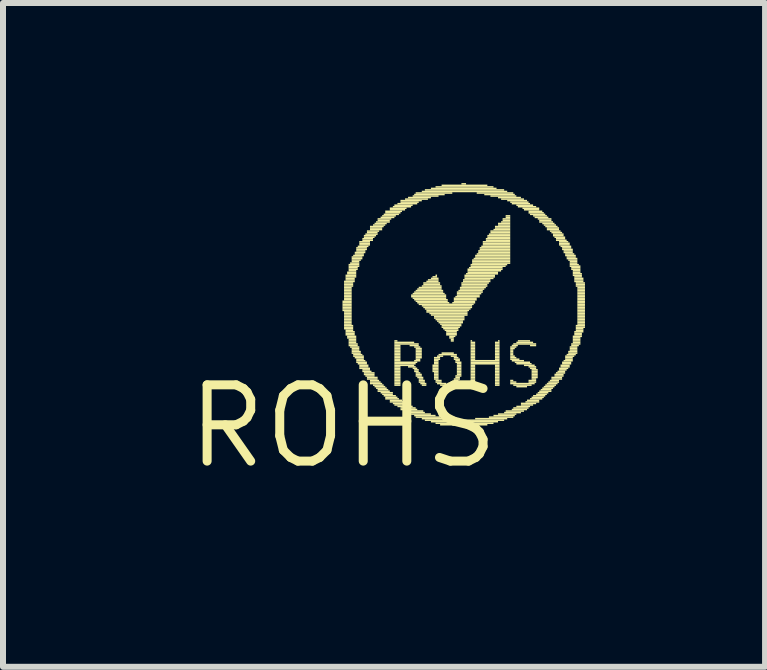
<source format=kicad_pcb>
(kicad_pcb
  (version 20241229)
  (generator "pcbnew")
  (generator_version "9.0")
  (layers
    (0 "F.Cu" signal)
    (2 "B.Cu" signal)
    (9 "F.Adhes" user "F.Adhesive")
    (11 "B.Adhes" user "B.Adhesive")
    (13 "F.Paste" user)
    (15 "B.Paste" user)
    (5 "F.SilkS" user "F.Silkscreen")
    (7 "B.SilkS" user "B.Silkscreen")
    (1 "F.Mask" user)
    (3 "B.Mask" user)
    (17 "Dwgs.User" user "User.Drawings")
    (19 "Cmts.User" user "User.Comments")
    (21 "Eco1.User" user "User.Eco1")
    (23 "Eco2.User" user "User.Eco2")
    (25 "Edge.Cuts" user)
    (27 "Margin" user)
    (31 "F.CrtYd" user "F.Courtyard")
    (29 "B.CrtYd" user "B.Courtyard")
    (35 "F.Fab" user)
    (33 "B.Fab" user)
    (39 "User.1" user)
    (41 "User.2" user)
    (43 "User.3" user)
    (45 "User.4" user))
  (footprint "ROHS"
    (layer "F.Cu")
    (at 2.668 4.051)
    (property "Reference" "ROHS" (at 0 0 0) (layer "F.SilkS") (effects (font (size 1.27 1.27) (thickness 0.15))))
    (attr through_hole)
    (fp_poly (pts (xy -0.013 -2.07) (xy 0.14 -2.07) (xy 0.14 -2.095) (xy -0.013 -2.095)) (stroke (width 0) (type solid)) (fill yes) (layer "F.SilkS"))
    (fp_poly (pts (xy -0.013 -2.045) (xy 0.14 -2.045) (xy 0.14 -2.07) (xy -0.013 -2.07)) (stroke (width 0) (type solid)) (fill yes) (layer "F.SilkS"))
    (fp_poly (pts (xy -0.013 -2.019) (xy 0.14 -2.019) (xy 0.14 -2.045) (xy -0.013 -2.045)) (stroke (width 0) (type solid)) (fill yes) (layer "F.SilkS"))
    (fp_poly (pts (xy -0.013 -1.994) (xy 0.14 -1.994) (xy 0.14 -2.019) (xy -0.013 -2.019)) (stroke (width 0) (type solid)) (fill yes) (layer "F.SilkS"))
    (fp_poly (pts (xy -0.013 -1.968) (xy 0.14 -1.968) (xy 0.14 -1.994) (xy -0.013 -1.994)) (stroke (width 0) (type solid)) (fill yes) (layer "F.SilkS"))
    (fp_poly (pts (xy -0.013 -1.943) (xy 0.14 -1.943) (xy 0.14 -1.968) (xy -0.013 -1.968)) (stroke (width 0) (type solid)) (fill yes) (layer "F.SilkS"))
    (fp_poly (pts (xy -0.013 -1.918) (xy 0.14 -1.918) (xy 0.14 -1.943) (xy -0.013 -1.943)) (stroke (width 0) (type solid)) (fill yes) (layer "F.SilkS"))
    (fp_poly (pts (xy 0.013 -2.4) (xy 0.191 -2.4) (xy 0.191 -2.426) (xy 0.013 -2.426)) (stroke (width 0) (type solid)) (fill yes) (layer "F.SilkS"))
    (fp_poly (pts (xy 0.013 -2.375) (xy 0.165 -2.375) (xy 0.165 -2.4) (xy 0.013 -2.4)) (stroke (width 0) (type solid)) (fill yes) (layer "F.SilkS"))
    (fp_poly (pts (xy 0.013 -2.349) (xy 0.165 -2.349) (xy 0.165 -2.375) (xy 0.013 -2.375)) (stroke (width 0) (type solid)) (fill yes) (layer "F.SilkS"))
    (fp_poly (pts (xy 0.013 -2.324) (xy 0.165 -2.324) (xy 0.165 -2.349) (xy 0.013 -2.349)) (stroke (width 0) (type solid)) (fill yes) (layer "F.SilkS"))
    (fp_poly (pts (xy 0.013 -2.299) (xy 0.14 -2.299) (xy 0.14 -2.324) (xy 0.013 -2.324)) (stroke (width 0) (type solid)) (fill yes) (layer "F.SilkS"))
    (fp_poly (pts (xy 0.013 -2.273) (xy 0.14 -2.273) (xy 0.14 -2.299) (xy 0.013 -2.299)) (stroke (width 0) (type solid)) (fill yes) (layer "F.SilkS"))
    (fp_poly (pts (xy 0.013 -2.248) (xy 0.14 -2.248) (xy 0.14 -2.273) (xy 0.013 -2.273)) (stroke (width 0) (type solid)) (fill yes) (layer "F.SilkS"))
    (fp_poly (pts (xy 0.013 -2.223) (xy 0.14 -2.223) (xy 0.14 -2.248) (xy 0.013 -2.248)) (stroke (width 0) (type solid)) (fill yes) (layer "F.SilkS"))
    (fp_poly (pts (xy 0.013 -2.197) (xy 0.14 -2.197) (xy 0.14 -2.223) (xy 0.013 -2.223)) (stroke (width 0) (type solid)) (fill yes) (layer "F.SilkS"))
    (fp_poly (pts (xy 0.013 -2.172) (xy 0.14 -2.172) (xy 0.14 -2.197) (xy 0.013 -2.197)) (stroke (width 0) (type solid)) (fill yes) (layer "F.SilkS"))
    (fp_poly (pts (xy 0.013 -2.146) (xy 0.14 -2.146) (xy 0.14 -2.172) (xy 0.013 -2.172)) (stroke (width 0) (type solid)) (fill yes) (layer "F.SilkS"))
    (fp_poly (pts (xy 0.013 -2.121) (xy 0.14 -2.121) (xy 0.14 -2.146) (xy 0.013 -2.146)) (stroke (width 0) (type solid)) (fill yes) (layer "F.SilkS"))
    (fp_poly (pts (xy 0.013 -2.095) (xy 0.14 -2.095) (xy 0.14 -2.121) (xy 0.013 -2.121)) (stroke (width 0) (type solid)) (fill yes) (layer "F.SilkS"))
    (fp_poly (pts (xy 0.013 -1.892) (xy 0.14 -1.892) (xy 0.14 -1.918) (xy 0.013 -1.918)) (stroke (width 0) (type solid)) (fill yes) (layer "F.SilkS"))
    (fp_poly (pts (xy 0.013 -1.867) (xy 0.14 -1.867) (xy 0.14 -1.892) (xy 0.013 -1.892)) (stroke (width 0) (type solid)) (fill yes) (layer "F.SilkS"))
    (fp_poly (pts (xy 0.013 -1.841) (xy 0.14 -1.841) (xy 0.14 -1.867) (xy 0.013 -1.867)) (stroke (width 0) (type solid)) (fill yes) (layer "F.SilkS"))
    (fp_poly (pts (xy 0.013 -1.816) (xy 0.14 -1.816) (xy 0.14 -1.841) (xy 0.013 -1.841)) (stroke (width 0) (type solid)) (fill yes) (layer "F.SilkS"))
    (fp_poly (pts (xy 0.013 -1.791) (xy 0.14 -1.791) (xy 0.14 -1.816) (xy 0.013 -1.816)) (stroke (width 0) (type solid)) (fill yes) (layer "F.SilkS"))
    (fp_poly (pts (xy 0.013 -1.765) (xy 0.14 -1.765) (xy 0.14 -1.791) (xy 0.013 -1.791)) (stroke (width 0) (type solid)) (fill yes) (layer "F.SilkS"))
    (fp_poly (pts (xy 0.013 -1.74) (xy 0.14 -1.74) (xy 0.14 -1.765) (xy 0.013 -1.765)) (stroke (width 0) (type solid)) (fill yes) (layer "F.SilkS"))
    (fp_poly (pts (xy 0.013 -1.714) (xy 0.14 -1.714) (xy 0.14 -1.74) (xy 0.013 -1.74)) (stroke (width 0) (type solid)) (fill yes) (layer "F.SilkS"))
    (fp_poly (pts (xy 0.013 -1.689) (xy 0.14 -1.689) (xy 0.14 -1.714) (xy 0.013 -1.714)) (stroke (width 0) (type solid)) (fill yes) (layer "F.SilkS"))
    (fp_poly (pts (xy 0.013 -1.664) (xy 0.165 -1.664) (xy 0.165 -1.689) (xy 0.013 -1.689)) (stroke (width 0) (type solid)) (fill yes) (layer "F.SilkS"))
    (fp_poly (pts (xy 0.013 -1.638) (xy 0.165 -1.638) (xy 0.165 -1.664) (xy 0.013 -1.664)) (stroke (width 0) (type solid)) (fill yes) (layer "F.SilkS"))
    (fp_poly (pts (xy 0.013 -1.613) (xy 0.165 -1.613) (xy 0.165 -1.638) (xy 0.013 -1.638)) (stroke (width 0) (type solid)) (fill yes) (layer "F.SilkS"))
    (fp_poly (pts (xy 0.038 -2.502) (xy 0.216 -2.502) (xy 0.216 -2.527) (xy 0.038 -2.527)) (stroke (width 0) (type solid)) (fill yes) (layer "F.SilkS"))
    (fp_poly (pts (xy 0.038 -2.477) (xy 0.216 -2.477) (xy 0.216 -2.502) (xy 0.038 -2.502)) (stroke (width 0) (type solid)) (fill yes) (layer "F.SilkS"))
    (fp_poly (pts (xy 0.038 -2.451) (xy 0.191 -2.451) (xy 0.191 -2.477) (xy 0.038 -2.477)) (stroke (width 0) (type solid)) (fill yes) (layer "F.SilkS"))
    (fp_poly (pts (xy 0.038 -2.426) (xy 0.191 -2.426) (xy 0.191 -2.451) (xy 0.038 -2.451)) (stroke (width 0) (type solid)) (fill yes) (layer "F.SilkS"))
    (fp_poly (pts (xy 0.038 -1.587) (xy 0.165 -1.587) (xy 0.165 -1.613) (xy 0.038 -1.613)) (stroke (width 0) (type solid)) (fill yes) (layer "F.SilkS"))
    (fp_poly (pts (xy 0.038 -1.562) (xy 0.191 -1.562) (xy 0.191 -1.587) (xy 0.038 -1.587)) (stroke (width 0) (type solid)) (fill yes) (layer "F.SilkS"))
    (fp_poly (pts (xy 0.038 -1.537) (xy 0.191 -1.537) (xy 0.191 -1.562) (xy 0.038 -1.562)) (stroke (width 0) (type solid)) (fill yes) (layer "F.SilkS"))
    (fp_poly (pts (xy 0.038 -1.511) (xy 0.191 -1.511) (xy 0.191 -1.537) (xy 0.038 -1.537)) (stroke (width 0) (type solid)) (fill yes) (layer "F.SilkS"))
    (fp_poly (pts (xy 0.064 -2.553) (xy 0.216 -2.553) (xy 0.216 -2.578) (xy 0.064 -2.578)) (stroke (width 0) (type solid)) (fill yes) (layer "F.SilkS"))
    (fp_poly (pts (xy 0.064 -2.527) (xy 0.216 -2.527) (xy 0.216 -2.553) (xy 0.064 -2.553)) (stroke (width 0) (type solid)) (fill yes) (layer "F.SilkS"))
    (fp_poly (pts (xy 0.064 -1.486) (xy 0.216 -1.486) (xy 0.216 -1.511) (xy 0.064 -1.511)) (stroke (width 0) (type solid)) (fill yes) (layer "F.SilkS"))
    (fp_poly (pts (xy 0.064 -1.46) (xy 0.216 -1.46) (xy 0.216 -1.486) (xy 0.064 -1.486)) (stroke (width 0) (type solid)) (fill yes) (layer "F.SilkS"))
    (fp_poly (pts (xy 0.089 -2.68) (xy 0.267 -2.68) (xy 0.267 -2.705) (xy 0.089 -2.705)) (stroke (width 0) (type solid)) (fill yes) (layer "F.SilkS"))
    (fp_poly (pts (xy 0.089 -2.654) (xy 0.267 -2.654) (xy 0.267 -2.68) (xy 0.089 -2.68)) (stroke (width 0) (type solid)) (fill yes) (layer "F.SilkS"))
    (fp_poly (pts (xy 0.089 -2.629) (xy 0.241 -2.629) (xy 0.241 -2.654) (xy 0.089 -2.654)) (stroke (width 0) (type solid)) (fill yes) (layer "F.SilkS"))
    (fp_poly (pts (xy 0.089 -2.603) (xy 0.241 -2.603) (xy 0.241 -2.629) (xy 0.089 -2.629)) (stroke (width 0) (type solid)) (fill yes) (layer "F.SilkS"))
    (fp_poly (pts (xy 0.089 -2.578) (xy 0.216 -2.578) (xy 0.216 -2.603) (xy 0.089 -2.603)) (stroke (width 0) (type solid)) (fill yes) (layer "F.SilkS"))
    (fp_poly (pts (xy 0.089 -1.435) (xy 0.216 -1.435) (xy 0.216 -1.46) (xy 0.089 -1.46)) (stroke (width 0) (type solid)) (fill yes) (layer "F.SilkS"))
    (fp_poly (pts (xy 0.089 -1.41) (xy 0.216 -1.41) (xy 0.216 -1.435) (xy 0.089 -1.435)) (stroke (width 0) (type solid)) (fill yes) (layer "F.SilkS"))
    (fp_poly (pts (xy 0.089 -1.384) (xy 0.216 -1.384) (xy 0.216 -1.41) (xy 0.089 -1.41)) (stroke (width 0) (type solid)) (fill yes) (layer "F.SilkS"))
    (fp_poly (pts (xy 0.089 -1.359) (xy 0.241 -1.359) (xy 0.241 -1.384) (xy 0.089 -1.384)) (stroke (width 0) (type solid)) (fill yes) (layer "F.SilkS"))
    (fp_poly (pts (xy 0.089 -1.333) (xy 0.241 -1.333) (xy 0.241 -1.359) (xy 0.089 -1.359)) (stroke (width 0) (type solid)) (fill yes) (layer "F.SilkS"))
    (fp_poly (pts (xy 0.114 -2.705) (xy 0.267 -2.705) (xy 0.267 -2.731) (xy 0.114 -2.731)) (stroke (width 0) (type solid)) (fill yes) (layer "F.SilkS"))
    (fp_poly (pts (xy 0.114 -1.308) (xy 0.267 -1.308) (xy 0.267 -1.333) (xy 0.114 -1.333)) (stroke (width 0) (type solid)) (fill yes) (layer "F.SilkS"))
    (fp_poly (pts (xy 0.14 -2.807) (xy 0.318 -2.807) (xy 0.318 -2.832) (xy 0.14 -2.832)) (stroke (width 0) (type solid)) (fill yes) (layer "F.SilkS"))
    (fp_poly (pts (xy 0.14 -2.781) (xy 0.318 -2.781) (xy 0.318 -2.807) (xy 0.14 -2.807)) (stroke (width 0) (type solid)) (fill yes) (layer "F.SilkS"))
    (fp_poly (pts (xy 0.14 -2.756) (xy 0.292 -2.756) (xy 0.292 -2.781) (xy 0.14 -2.781)) (stroke (width 0) (type solid)) (fill yes) (layer "F.SilkS"))
    (fp_poly (pts (xy 0.14 -2.731) (xy 0.267 -2.731) (xy 0.267 -2.756) (xy 0.14 -2.756)) (stroke (width 0) (type solid)) (fill yes) (layer "F.SilkS"))
    (fp_poly (pts (xy 0.14 -1.283) (xy 0.267 -1.283) (xy 0.267 -1.308) (xy 0.14 -1.308)) (stroke (width 0) (type solid)) (fill yes) (layer "F.SilkS"))
    (fp_poly (pts (xy 0.14 -1.257) (xy 0.267 -1.257) (xy 0.267 -1.283) (xy 0.14 -1.283)) (stroke (width 0) (type solid)) (fill yes) (layer "F.SilkS"))
    (fp_poly (pts (xy 0.14 -1.232) (xy 0.292 -1.232) (xy 0.292 -1.257) (xy 0.14 -1.257)) (stroke (width 0) (type solid)) (fill yes) (layer "F.SilkS"))
    (fp_poly (pts (xy 0.14 -1.206) (xy 0.292 -1.206) (xy 0.292 -1.232) (xy 0.14 -1.232)) (stroke (width 0) (type solid)) (fill yes) (layer "F.SilkS"))
    (fp_poly (pts (xy 0.165 -2.832) (xy 0.343 -2.832) (xy 0.343 -2.857) (xy 0.165 -2.857)) (stroke (width 0) (type solid)) (fill yes) (layer "F.SilkS"))
    (fp_poly (pts (xy 0.165 -1.181) (xy 0.318 -1.181) (xy 0.318 -1.206) (xy 0.165 -1.206)) (stroke (width 0) (type solid)) (fill yes) (layer "F.SilkS"))
    (fp_poly (pts (xy 0.165 -1.156) (xy 0.343 -1.156) (xy 0.343 -1.181) (xy 0.165 -1.181)) (stroke (width 0) (type solid)) (fill yes) (layer "F.SilkS"))
    (fp_poly (pts (xy 0.191 -2.883) (xy 0.368 -2.883) (xy 0.368 -2.908) (xy 0.191 -2.908)) (stroke (width 0) (type solid)) (fill yes) (layer "F.SilkS"))
    (fp_poly (pts (xy 0.191 -2.857) (xy 0.343 -2.857) (xy 0.343 -2.883) (xy 0.191 -2.883)) (stroke (width 0) (type solid)) (fill yes) (layer "F.SilkS"))
    (fp_poly (pts (xy 0.191 -1.13) (xy 0.343 -1.13) (xy 0.343 -1.156) (xy 0.191 -1.156)) (stroke (width 0) (type solid)) (fill yes) (layer "F.SilkS"))
    (fp_poly (pts (xy 0.216 -2.959) (xy 0.394 -2.959) (xy 0.394 -2.985) (xy 0.216 -2.985)) (stroke (width 0) (type solid)) (fill yes) (layer "F.SilkS"))
    (fp_poly (pts (xy 0.216 -2.934) (xy 0.394 -2.934) (xy 0.394 -2.959) (xy 0.216 -2.959)) (stroke (width 0) (type solid)) (fill yes) (layer "F.SilkS"))
    (fp_poly (pts (xy 0.216 -2.908) (xy 0.368 -2.908) (xy 0.368 -2.934) (xy 0.216 -2.934)) (stroke (width 0) (type solid)) (fill yes) (layer "F.SilkS"))
    (fp_poly (pts (xy 0.216 -1.105) (xy 0.343 -1.105) (xy 0.343 -1.13) (xy 0.216 -1.13)) (stroke (width 0) (type solid)) (fill yes) (layer "F.SilkS"))
    (fp_poly (pts (xy 0.216 -1.079) (xy 0.368 -1.079) (xy 0.368 -1.105) (xy 0.216 -1.105)) (stroke (width 0) (type solid)) (fill yes) (layer "F.SilkS"))
    (fp_poly (pts (xy 0.216 -1.054) (xy 0.394 -1.054) (xy 0.394 -1.079) (xy 0.216 -1.079)) (stroke (width 0) (type solid)) (fill yes) (layer "F.SilkS"))
    (fp_poly (pts (xy 0.241 -2.985) (xy 0.419 -2.985) (xy 0.419 -3.01) (xy 0.241 -3.01)) (stroke (width 0) (type solid)) (fill yes) (layer "F.SilkS"))
    (fp_poly (pts (xy 0.241 -1.029) (xy 0.394 -1.029) (xy 0.394 -1.054) (xy 0.241 -1.054)) (stroke (width 0) (type solid)) (fill yes) (layer "F.SilkS"))
    (fp_poly (pts (xy 0.267 -3.061) (xy 0.445 -3.061) (xy 0.445 -3.086) (xy 0.267 -3.086)) (stroke (width 0) (type solid)) (fill yes) (layer "F.SilkS"))
    (fp_poly (pts (xy 0.267 -3.035) (xy 0.445 -3.035) (xy 0.445 -3.061) (xy 0.267 -3.061)) (stroke (width 0) (type solid)) (fill yes) (layer "F.SilkS"))
    (fp_poly (pts (xy 0.267 -3.01) (xy 0.445 -3.01) (xy 0.445 -3.035) (xy 0.267 -3.035)) (stroke (width 0) (type solid)) (fill yes) (layer "F.SilkS"))
    (fp_poly (pts (xy 0.267 -1.003) (xy 0.419 -1.003) (xy 0.419 -1.029) (xy 0.267 -1.029)) (stroke (width 0) (type solid)) (fill yes) (layer "F.SilkS"))
    (fp_poly (pts (xy 0.267 -0.978) (xy 0.419 -0.978) (xy 0.419 -1.003) (xy 0.267 -1.003)) (stroke (width 0) (type solid)) (fill yes) (layer "F.SilkS"))
    (fp_poly (pts (xy 0.267 -0.953) (xy 0.445 -0.953) (xy 0.445 -0.978) (xy 0.267 -0.978)) (stroke (width 0) (type solid)) (fill yes) (layer "F.SilkS"))
    (fp_poly (pts (xy 0.318 -3.111) (xy 0.495 -3.111) (xy 0.495 -3.137) (xy 0.318 -3.137)) (stroke (width 0) (type solid)) (fill yes) (layer "F.SilkS"))
    (fp_poly (pts (xy 0.318 -3.086) (xy 0.495 -3.086) (xy 0.495 -3.111) (xy 0.318 -3.111)) (stroke (width 0) (type solid)) (fill yes) (layer "F.SilkS"))
    (fp_poly (pts (xy 0.318 -0.927) (xy 0.445 -0.927) (xy 0.445 -0.953) (xy 0.318 -0.953)) (stroke (width 0) (type solid)) (fill yes) (layer "F.SilkS"))
    (fp_poly (pts (xy 0.318 -0.902) (xy 0.47 -0.902) (xy 0.47 -0.927) (xy 0.318 -0.927)) (stroke (width 0) (type solid)) (fill yes) (layer "F.SilkS"))
    (fp_poly (pts (xy 0.343 -3.162) (xy 0.546 -3.162) (xy 0.546 -3.188) (xy 0.343 -3.188)) (stroke (width 0) (type solid)) (fill yes) (layer "F.SilkS"))
    (fp_poly (pts (xy 0.343 -3.137) (xy 0.521 -3.137) (xy 0.521 -3.162) (xy 0.343 -3.162)) (stroke (width 0) (type solid)) (fill yes) (layer "F.SilkS"))
    (fp_poly (pts (xy 0.343 -0.876) (xy 0.521 -0.876) (xy 0.521 -0.902) (xy 0.343 -0.902)) (stroke (width 0) (type solid)) (fill yes) (layer "F.SilkS"))
    (fp_poly (pts (xy 0.343 -0.851) (xy 0.521 -0.851) (xy 0.521 -0.876) (xy 0.343 -0.876)) (stroke (width 0) (type solid)) (fill yes) (layer "F.SilkS"))
    (fp_poly (pts (xy 0.368 -3.188) (xy 0.572 -3.188) (xy 0.572 -3.213) (xy 0.368 -3.213)) (stroke (width 0) (type solid)) (fill yes) (layer "F.SilkS"))
    (fp_poly (pts (xy 0.368 -0.826) (xy 0.521 -0.826) (xy 0.521 -0.851) (xy 0.368 -0.851)) (stroke (width 0) (type solid)) (fill yes) (layer "F.SilkS"))
    (fp_poly (pts (xy 0.394 -3.239) (xy 0.597 -3.239) (xy 0.597 -3.264) (xy 0.394 -3.264)) (stroke (width 0) (type solid)) (fill yes) (layer "F.SilkS"))
    (fp_poly (pts (xy 0.394 -3.213) (xy 0.572 -3.213) (xy 0.572 -3.239) (xy 0.394 -3.239)) (stroke (width 0) (type solid)) (fill yes) (layer "F.SilkS"))
    (fp_poly (pts (xy 0.394 -0.8) (xy 0.572 -0.8) (xy 0.572 -0.826) (xy 0.394 -0.826)) (stroke (width 0) (type solid)) (fill yes) (layer "F.SilkS"))
    (fp_poly (pts (xy 0.394 -0.775) (xy 0.572 -0.775) (xy 0.572 -0.8) (xy 0.394 -0.8)) (stroke (width 0) (type solid)) (fill yes) (layer "F.SilkS"))
    (fp_poly (pts (xy 0.445 -3.315) (xy 0.673 -3.315) (xy 0.673 -3.34) (xy 0.445 -3.34)) (stroke (width 0) (type solid)) (fill yes) (layer "F.SilkS"))
    (fp_poly (pts (xy 0.445 -3.289) (xy 0.648 -3.289) (xy 0.648 -3.315) (xy 0.445 -3.315)) (stroke (width 0) (type solid)) (fill yes) (layer "F.SilkS"))
    (fp_poly (pts (xy 0.445 -3.264) (xy 0.648 -3.264) (xy 0.648 -3.289) (xy 0.445 -3.289)) (stroke (width 0) (type solid)) (fill yes) (layer "F.SilkS"))
    (fp_poly (pts (xy 0.445 -0.749) (xy 0.597 -0.749) (xy 0.597 -0.775) (xy 0.445 -0.775)) (stroke (width 0) (type solid)) (fill yes) (layer "F.SilkS"))
    (fp_poly (pts (xy 0.445 -0.724) (xy 0.622 -0.724) (xy 0.622 -0.749) (xy 0.445 -0.749)) (stroke (width 0) (type solid)) (fill yes) (layer "F.SilkS"))
    (fp_poly (pts (xy 0.445 -0.699) (xy 0.648 -0.699) (xy 0.648 -0.724) (xy 0.445 -0.724)) (stroke (width 0) (type solid)) (fill yes) (layer "F.SilkS"))
    (fp_poly (pts (xy 0.495 -3.34) (xy 0.699 -3.34) (xy 0.699 -3.365) (xy 0.495 -3.365)) (stroke (width 0) (type solid)) (fill yes) (layer "F.SilkS"))
    (fp_poly (pts (xy 0.495 -0.673) (xy 0.673 -0.673) (xy 0.673 -0.699) (xy 0.495 -0.699)) (stroke (width 0) (type solid)) (fill yes) (layer "F.SilkS"))
    (fp_poly (pts (xy 0.521 -3.365) (xy 0.724 -3.365) (xy 0.724 -3.391) (xy 0.521 -3.391)) (stroke (width 0) (type solid)) (fill yes) (layer "F.SilkS"))
    (fp_poly (pts (xy 0.521 -0.648) (xy 0.699 -0.648) (xy 0.699 -0.673) (xy 0.521 -0.673)) (stroke (width 0) (type solid)) (fill yes) (layer "F.SilkS"))
    (fp_poly (pts (xy 0.546 -3.391) (xy 0.775 -3.391) (xy 0.775 -3.416) (xy 0.546 -3.416)) (stroke (width 0) (type solid)) (fill yes) (layer "F.SilkS"))
    (fp_poly (pts (xy 0.546 -0.622) (xy 0.724 -0.622) (xy 0.724 -0.648) (xy 0.546 -0.648)) (stroke (width 0) (type solid)) (fill yes) (layer "F.SilkS"))
    (fp_poly (pts (xy 0.572 -3.442) (xy 0.8 -3.442) (xy 0.8 -3.467) (xy 0.572 -3.467)) (stroke (width 0) (type solid)) (fill yes) (layer "F.SilkS"))
    (fp_poly (pts (xy 0.572 -3.416) (xy 0.775 -3.416) (xy 0.775 -3.442) (xy 0.572 -3.442)) (stroke (width 0) (type solid)) (fill yes) (layer "F.SilkS"))
    (fp_poly (pts (xy 0.572 -0.597) (xy 0.749 -0.597) (xy 0.749 -0.622) (xy 0.572 -0.622)) (stroke (width 0) (type solid)) (fill yes) (layer "F.SilkS"))
    (fp_poly (pts (xy 0.572 -0.572) (xy 0.775 -0.572) (xy 0.775 -0.597) (xy 0.572 -0.597)) (stroke (width 0) (type solid)) (fill yes) (layer "F.SilkS"))
    (fp_poly (pts (xy 0.622 -3.467) (xy 0.851 -3.467) (xy 0.851 -3.493) (xy 0.622 -3.493)) (stroke (width 0) (type solid)) (fill yes) (layer "F.SilkS"))
    (fp_poly (pts (xy 0.622 -0.546) (xy 0.826 -0.546) (xy 0.826 -0.572) (xy 0.622 -0.572)) (stroke (width 0) (type solid)) (fill yes) (layer "F.SilkS"))
    (fp_poly (pts (xy 0.648 -3.493) (xy 0.876 -3.493) (xy 0.876 -3.518) (xy 0.648 -3.518)) (stroke (width 0) (type solid)) (fill yes) (layer "F.SilkS"))
    (fp_poly (pts (xy 0.648 -0.521) (xy 0.826 -0.521) (xy 0.826 -0.546) (xy 0.648 -0.546)) (stroke (width 0) (type solid)) (fill yes) (layer "F.SilkS"))
    (fp_poly (pts (xy 0.673 -3.518) (xy 0.927 -3.518) (xy 0.927 -3.543) (xy 0.673 -3.543)) (stroke (width 0) (type solid)) (fill yes) (layer "F.SilkS"))
    (fp_poly (pts (xy 0.673 -0.495) (xy 0.876 -0.495) (xy 0.876 -0.521) (xy 0.673 -0.521)) (stroke (width 0) (type solid)) (fill yes) (layer "F.SilkS"))
    (fp_poly (pts (xy 0.699 -3.569) (xy 0.978 -3.569) (xy 0.978 -3.594) (xy 0.699 -3.594)) (stroke (width 0) (type solid)) (fill yes) (layer "F.SilkS"))
    (fp_poly (pts (xy 0.699 -3.543) (xy 0.953 -3.543) (xy 0.953 -3.569) (xy 0.699 -3.569)) (stroke (width 0) (type solid)) (fill yes) (layer "F.SilkS"))
    (fp_poly (pts (xy 0.699 -0.47) (xy 0.902 -0.47) (xy 0.902 -0.495) (xy 0.699 -0.495)) (stroke (width 0) (type solid)) (fill yes) (layer "F.SilkS"))
    (fp_poly (pts (xy 0.699 -0.445) (xy 0.927 -0.445) (xy 0.927 -0.47) (xy 0.699 -0.47)) (stroke (width 0) (type solid)) (fill yes) (layer "F.SilkS"))
    (fp_poly (pts (xy 0.775 -3.619) (xy 1.054 -3.619) (xy 1.054 -3.645) (xy 0.775 -3.645)) (stroke (width 0) (type solid)) (fill yes) (layer "F.SilkS"))
    (fp_poly (pts (xy 0.775 -3.594) (xy 1.029 -3.594) (xy 1.029 -3.619) (xy 0.775 -3.619)) (stroke (width 0) (type solid)) (fill yes) (layer "F.SilkS"))
    (fp_poly (pts (xy 0.775 -0.419) (xy 0.978 -0.419) (xy 0.978 -0.445) (xy 0.775 -0.445)) (stroke (width 0) (type solid)) (fill yes) (layer "F.SilkS"))
    (fp_poly (pts (xy 0.775 -0.394) (xy 1.003 -0.394) (xy 1.003 -0.419) (xy 0.775 -0.419)) (stroke (width 0) (type solid)) (fill yes) (layer "F.SilkS"))
    (fp_poly (pts (xy 0.826 -3.645) (xy 1.13 -3.645) (xy 1.13 -3.67) (xy 0.826 -3.67)) (stroke (width 0) (type solid)) (fill yes) (layer "F.SilkS"))
    (fp_poly (pts (xy 0.826 -0.368) (xy 1.079 -0.368) (xy 1.079 -0.394) (xy 0.826 -0.394)) (stroke (width 0) (type solid)) (fill yes) (layer "F.SilkS"))
    (fp_poly (pts (xy 0.851 -3.67) (xy 1.156 -3.67) (xy 1.156 -3.696) (xy 0.851 -3.696)) (stroke (width 0) (type solid)) (fill yes) (layer "F.SilkS"))
    (fp_poly (pts (xy 0.851 -1.41) (xy 0.902 -1.41) (xy 0.902 -1.435) (xy 0.851 -1.435)) (stroke (width 0) (type solid)) (fill yes) (layer "F.SilkS"))
    (fp_poly (pts (xy 0.851 -1.384) (xy 1.181 -1.384) (xy 1.181 -1.41) (xy 0.851 -1.41)) (stroke (width 0) (type solid)) (fill yes) (layer "F.SilkS"))
    (fp_poly (pts (xy 0.851 -1.359) (xy 1.257 -1.359) (xy 1.257 -1.384) (xy 0.851 -1.384)) (stroke (width 0) (type solid)) (fill yes) (layer "F.SilkS"))
    (fp_poly (pts (xy 0.851 -1.333) (xy 0.953 -1.333) (xy 0.953 -1.359) (xy 0.851 -1.359)) (stroke (width 0) (type solid)) (fill yes) (layer "F.SilkS"))
    (fp_poly (pts (xy 0.851 -1.308) (xy 0.953 -1.308) (xy 0.953 -1.333) (xy 0.851 -1.333)) (stroke (width 0) (type solid)) (fill yes) (layer "F.SilkS"))
    (fp_poly (pts (xy 0.851 -1.283) (xy 0.953 -1.283) (xy 0.953 -1.308) (xy 0.851 -1.308)) (stroke (width 0) (type solid)) (fill yes) (layer "F.SilkS"))
    (fp_poly (pts (xy 0.851 -1.257) (xy 0.953 -1.257) (xy 0.953 -1.283) (xy 0.851 -1.283)) (stroke (width 0) (type solid)) (fill yes) (layer "F.SilkS"))
    (fp_poly (pts (xy 0.851 -1.232) (xy 0.953 -1.232) (xy 0.953 -1.257) (xy 0.851 -1.257)) (stroke (width 0) (type solid)) (fill yes) (layer "F.SilkS"))
    (fp_poly (pts (xy 0.851 -1.206) (xy 0.953 -1.206) (xy 0.953 -1.232) (xy 0.851 -1.232)) (stroke (width 0) (type solid)) (fill yes) (layer "F.SilkS"))
    (fp_poly (pts (xy 0.851 -1.181) (xy 0.953 -1.181) (xy 0.953 -1.206) (xy 0.851 -1.206)) (stroke (width 0) (type solid)) (fill yes) (layer "F.SilkS"))
    (fp_poly (pts (xy 0.851 -1.156) (xy 0.953 -1.156) (xy 0.953 -1.181) (xy 0.851 -1.181)) (stroke (width 0) (type solid)) (fill yes) (layer "F.SilkS"))
    (fp_poly (pts (xy 0.851 -1.13) (xy 0.953 -1.13) (xy 0.953 -1.156) (xy 0.851 -1.156)) (stroke (width 0) (type solid)) (fill yes) (layer "F.SilkS"))
    (fp_poly (pts (xy 0.851 -1.105) (xy 0.953 -1.105) (xy 0.953 -1.13) (xy 0.851 -1.13)) (stroke (width 0) (type solid)) (fill yes) (layer "F.SilkS"))
    (fp_poly (pts (xy 0.851 -1.079) (xy 0.953 -1.079) (xy 0.953 -1.105) (xy 0.851 -1.105)) (stroke (width 0) (type solid)) (fill yes) (layer "F.SilkS"))
    (fp_poly (pts (xy 0.851 -1.054) (xy 1.232 -1.054) (xy 1.232 -1.079) (xy 0.851 -1.079)) (stroke (width 0) (type solid)) (fill yes) (layer "F.SilkS"))
    (fp_poly (pts (xy 0.851 -1.029) (xy 1.206 -1.029) (xy 1.206 -1.054) (xy 0.851 -1.054)) (stroke (width 0) (type solid)) (fill yes) (layer "F.SilkS"))
    (fp_poly (pts (xy 0.851 -1.003) (xy 1.181 -1.003) (xy 1.181 -1.029) (xy 0.851 -1.029)) (stroke (width 0) (type solid)) (fill yes) (layer "F.SilkS"))
    (fp_poly (pts (xy 0.851 -0.978) (xy 0.953 -0.978) (xy 0.953 -1.003) (xy 0.851 -1.003)) (stroke (width 0) (type solid)) (fill yes) (layer "F.SilkS"))
    (fp_poly (pts (xy 0.851 -0.953) (xy 0.953 -0.953) (xy 0.953 -0.978) (xy 0.851 -0.978)) (stroke (width 0) (type solid)) (fill yes) (layer "F.SilkS"))
    (fp_poly (pts (xy 0.851 -0.927) (xy 0.953 -0.927) (xy 0.953 -0.953) (xy 0.851 -0.953)) (stroke (width 0) (type solid)) (fill yes) (layer "F.SilkS"))
    (fp_poly (pts (xy 0.851 -0.902) (xy 0.953 -0.902) (xy 0.953 -0.927) (xy 0.851 -0.927)) (stroke (width 0) (type solid)) (fill yes) (layer "F.SilkS"))
    (fp_poly (pts (xy 0.851 -0.876) (xy 0.953 -0.876) (xy 0.953 -0.902) (xy 0.851 -0.902)) (stroke (width 0) (type solid)) (fill yes) (layer "F.SilkS"))
    (fp_poly (pts (xy 0.851 -0.851) (xy 0.953 -0.851) (xy 0.953 -0.876) (xy 0.851 -0.876)) (stroke (width 0) (type solid)) (fill yes) (layer "F.SilkS"))
    (fp_poly (pts (xy 0.851 -0.826) (xy 0.953 -0.826) (xy 0.953 -0.851) (xy 0.851 -0.851)) (stroke (width 0) (type solid)) (fill yes) (layer "F.SilkS"))
    (fp_poly (pts (xy 0.851 -0.8) (xy 0.953 -0.8) (xy 0.953 -0.826) (xy 0.851 -0.826)) (stroke (width 0) (type solid)) (fill yes) (layer "F.SilkS"))
    (fp_poly (pts (xy 0.851 -0.775) (xy 0.953 -0.775) (xy 0.953 -0.8) (xy 0.851 -0.8)) (stroke (width 0) (type solid)) (fill yes) (layer "F.SilkS"))
    (fp_poly (pts (xy 0.851 -0.749) (xy 0.953 -0.749) (xy 0.953 -0.775) (xy 0.851 -0.775)) (stroke (width 0) (type solid)) (fill yes) (layer "F.SilkS"))
    (fp_poly (pts (xy 0.851 -0.724) (xy 0.953 -0.724) (xy 0.953 -0.749) (xy 0.851 -0.749)) (stroke (width 0) (type solid)) (fill yes) (layer "F.SilkS"))
    (fp_poly (pts (xy 0.851 -0.699) (xy 0.953 -0.699) (xy 0.953 -0.724) (xy 0.851 -0.724)) (stroke (width 0) (type solid)) (fill yes) (layer "F.SilkS"))
    (fp_poly (pts (xy 0.851 -0.673) (xy 0.953 -0.673) (xy 0.953 -0.699) (xy 0.851 -0.699)) (stroke (width 0) (type solid)) (fill yes) (layer "F.SilkS"))
    (fp_poly (pts (xy 0.851 -0.343) (xy 1.079 -0.343) (xy 1.079 -0.368) (xy 0.851 -0.368)) (stroke (width 0) (type solid)) (fill yes) (layer "F.SilkS"))
    (fp_poly (pts (xy 0.902 -3.696) (xy 1.232 -3.696) (xy 1.232 -3.721) (xy 0.902 -3.721)) (stroke (width 0) (type solid)) (fill yes) (layer "F.SilkS"))
    (fp_poly (pts (xy 0.902 -0.318) (xy 1.156 -0.318) (xy 1.156 -0.343) (xy 0.902 -0.343)) (stroke (width 0) (type solid)) (fill yes) (layer "F.SilkS"))
    (fp_poly (pts (xy 0.953 -3.747) (xy 1.308 -3.747) (xy 1.308 -3.772) (xy 0.953 -3.772)) (stroke (width 0) (type solid)) (fill yes) (layer "F.SilkS"))
    (fp_poly (pts (xy 0.953 -3.721) (xy 1.257 -3.721) (xy 1.257 -3.747) (xy 0.953 -3.747)) (stroke (width 0) (type solid)) (fill yes) (layer "F.SilkS"))
    (fp_poly (pts (xy 0.953 -0.292) (xy 1.206 -0.292) (xy 1.206 -0.318) (xy 0.953 -0.318)) (stroke (width 0) (type solid)) (fill yes) (layer "F.SilkS"))
    (fp_poly (pts (xy 0.953 -0.267) (xy 1.232 -0.267) (xy 1.232 -0.292) (xy 0.953 -0.292)) (stroke (width 0) (type solid)) (fill yes) (layer "F.SilkS"))
    (fp_poly (pts (xy 1.029 -3.772) (xy 1.41 -3.772) (xy 1.41 -3.797) (xy 1.029 -3.797)) (stroke (width 0) (type solid)) (fill yes) (layer "F.SilkS"))
    (fp_poly (pts (xy 1.029 -0.241) (xy 1.333 -0.241) (xy 1.333 -0.267) (xy 1.029 -0.267)) (stroke (width 0) (type solid)) (fill yes) (layer "F.SilkS"))
    (fp_poly (pts (xy 1.079 -3.797) (xy 1.46 -3.797) (xy 1.46 -3.823) (xy 1.079 -3.823)) (stroke (width 0) (type solid)) (fill yes) (layer "F.SilkS"))
    (fp_poly (pts (xy 1.079 -0.978) (xy 1.206 -0.978) (xy 1.206 -1.003) (xy 1.079 -1.003)) (stroke (width 0) (type solid)) (fill yes) (layer "F.SilkS"))
    (fp_poly (pts (xy 1.079 -0.216) (xy 1.359 -0.216) (xy 1.359 -0.241) (xy 1.079 -0.241)) (stroke (width 0) (type solid)) (fill yes) (layer "F.SilkS"))
    (fp_poly (pts (xy 1.105 -1.333) (xy 1.257 -1.333) (xy 1.257 -1.359) (xy 1.105 -1.359)) (stroke (width 0) (type solid)) (fill yes) (layer "F.SilkS"))
    (fp_poly (pts (xy 1.13 -2.172) (xy 1.714 -2.172) (xy 1.714 -2.197) (xy 1.13 -2.197)) (stroke (width 0) (type solid)) (fill yes) (layer "F.SilkS"))
    (fp_poly (pts (xy 1.13 -2.146) (xy 1.714 -2.146) (xy 1.714 -2.172) (xy 1.13 -2.172)) (stroke (width 0) (type solid)) (fill yes) (layer "F.SilkS"))
    (fp_poly (pts (xy 1.13 -0.191) (xy 1.46 -0.191) (xy 1.46 -0.216) (xy 1.13 -0.216)) (stroke (width 0) (type solid)) (fill yes) (layer "F.SilkS"))
    (fp_poly (pts (xy 1.156 -3.823) (xy 1.587 -3.823) (xy 1.587 -3.848) (xy 1.156 -3.848)) (stroke (width 0) (type solid)) (fill yes) (layer "F.SilkS"))
    (fp_poly (pts (xy 1.156 -2.197) (xy 1.689 -2.197) (xy 1.689 -2.223) (xy 1.156 -2.223)) (stroke (width 0) (type solid)) (fill yes) (layer "F.SilkS"))
    (fp_poly (pts (xy 1.156 -2.121) (xy 1.714 -2.121) (xy 1.714 -2.146) (xy 1.156 -2.146)) (stroke (width 0) (type solid)) (fill yes) (layer "F.SilkS"))
    (fp_poly (pts (xy 1.156 -0.953) (xy 1.232 -0.953) (xy 1.232 -0.978) (xy 1.156 -0.978)) (stroke (width 0) (type solid)) (fill yes) (layer "F.SilkS"))
    (fp_poly (pts (xy 1.181 -3.848) (xy 1.689 -3.848) (xy 1.689 -3.873) (xy 1.181 -3.873)) (stroke (width 0) (type solid)) (fill yes) (layer "F.SilkS"))
    (fp_poly (pts (xy 1.181 -2.223) (xy 1.664 -2.223) (xy 1.664 -2.248) (xy 1.181 -2.248)) (stroke (width 0) (type solid)) (fill yes) (layer "F.SilkS"))
    (fp_poly (pts (xy 1.181 -2.095) (xy 1.74 -2.095) (xy 1.74 -2.121) (xy 1.181 -2.121)) (stroke (width 0) (type solid)) (fill yes) (layer "F.SilkS"))
    (fp_poly (pts (xy 1.181 -1.308) (xy 1.283 -1.308) (xy 1.283 -1.333) (xy 1.181 -1.333)) (stroke (width 0) (type solid)) (fill yes) (layer "F.SilkS"))
    (fp_poly (pts (xy 1.181 -1.079) (xy 1.283 -1.079) (xy 1.283 -1.105) (xy 1.181 -1.105)) (stroke (width 0) (type solid)) (fill yes) (layer "F.SilkS"))
    (fp_poly (pts (xy 1.181 -0.927) (xy 1.257 -0.927) (xy 1.257 -0.953) (xy 1.181 -0.953)) (stroke (width 0) (type solid)) (fill yes) (layer "F.SilkS"))
    (fp_poly (pts (xy 1.181 -0.902) (xy 1.257 -0.902) (xy 1.257 -0.927) (xy 1.181 -0.927)) (stroke (width 0) (type solid)) (fill yes) (layer "F.SilkS"))
    (fp_poly (pts (xy 1.181 -0.165) (xy 1.537 -0.165) (xy 1.537 -0.191) (xy 1.181 -0.191)) (stroke (width 0) (type solid)) (fill yes) (layer "F.SilkS"))
    (fp_poly (pts (xy 1.206 -3.873) (xy 1.816 -3.873) (xy 1.816 -3.899) (xy 1.206 -3.899)) (stroke (width 0) (type solid)) (fill yes) (layer "F.SilkS"))
    (fp_poly (pts (xy 1.206 -2.248) (xy 1.664 -2.248) (xy 1.664 -2.273) (xy 1.206 -2.273)) (stroke (width 0) (type solid)) (fill yes) (layer "F.SilkS"))
    (fp_poly (pts (xy 1.206 -2.07) (xy 1.74 -2.07) (xy 1.74 -2.095) (xy 1.206 -2.095)) (stroke (width 0) (type solid)) (fill yes) (layer "F.SilkS"))
    (fp_poly (pts (xy 1.206 -1.283) (xy 1.308 -1.283) (xy 1.308 -1.308) (xy 1.206 -1.308)) (stroke (width 0) (type solid)) (fill yes) (layer "F.SilkS"))
    (fp_poly (pts (xy 1.206 -1.257) (xy 1.308 -1.257) (xy 1.308 -1.283) (xy 1.206 -1.283)) (stroke (width 0) (type solid)) (fill yes) (layer "F.SilkS"))
    (fp_poly (pts (xy 1.206 -1.232) (xy 1.308 -1.232) (xy 1.308 -1.257) (xy 1.206 -1.257)) (stroke (width 0) (type solid)) (fill yes) (layer "F.SilkS"))
    (fp_poly (pts (xy 1.206 -1.206) (xy 1.308 -1.206) (xy 1.308 -1.232) (xy 1.206 -1.232)) (stroke (width 0) (type solid)) (fill yes) (layer "F.SilkS"))
    (fp_poly (pts (xy 1.206 -1.181) (xy 1.308 -1.181) (xy 1.308 -1.206) (xy 1.206 -1.206)) (stroke (width 0) (type solid)) (fill yes) (layer "F.SilkS"))
    (fp_poly (pts (xy 1.206 -1.156) (xy 1.308 -1.156) (xy 1.308 -1.181) (xy 1.206 -1.181)) (stroke (width 0) (type solid)) (fill yes) (layer "F.SilkS"))
    (fp_poly (pts (xy 1.206 -1.13) (xy 1.308 -1.13) (xy 1.308 -1.156) (xy 1.206 -1.156)) (stroke (width 0) (type solid)) (fill yes) (layer "F.SilkS"))
    (fp_poly (pts (xy 1.206 -1.105) (xy 1.283 -1.105) (xy 1.283 -1.13) (xy 1.206 -1.13)) (stroke (width 0) (type solid)) (fill yes) (layer "F.SilkS"))
    (fp_poly (pts (xy 1.206 -0.876) (xy 1.283 -0.876) (xy 1.283 -0.902) (xy 1.206 -0.902)) (stroke (width 0) (type solid)) (fill yes) (layer "F.SilkS"))
    (fp_poly (pts (xy 1.206 -0.851) (xy 1.308 -0.851) (xy 1.308 -0.876) (xy 1.206 -0.876)) (stroke (width 0) (type solid)) (fill yes) (layer "F.SilkS"))
    (fp_poly (pts (xy 1.206 -0.826) (xy 1.308 -0.826) (xy 1.308 -0.851) (xy 1.206 -0.851)) (stroke (width 0) (type solid)) (fill yes) (layer "F.SilkS"))
    (fp_poly (pts (xy 1.206 -0.14) (xy 1.613 -0.14) (xy 1.613 -0.165) (xy 1.206 -0.165)) (stroke (width 0) (type solid)) (fill yes) (layer "F.SilkS"))
    (fp_poly (pts (xy 1.232 -2.273) (xy 1.638 -2.273) (xy 1.638 -2.299) (xy 1.232 -2.299)) (stroke (width 0) (type solid)) (fill yes) (layer "F.SilkS"))
    (fp_poly (pts (xy 1.232 -2.045) (xy 1.765 -2.045) (xy 1.765 -2.07) (xy 1.232 -2.07)) (stroke (width 0) (type solid)) (fill yes) (layer "F.SilkS"))
    (fp_poly (pts (xy 1.232 -0.8) (xy 1.333 -0.8) (xy 1.333 -0.826) (xy 1.232 -0.826)) (stroke (width 0) (type solid)) (fill yes) (layer "F.SilkS"))
    (fp_poly (pts (xy 1.257 -2.299) (xy 1.638 -2.299) (xy 1.638 -2.324) (xy 1.257 -2.324)) (stroke (width 0) (type solid)) (fill yes) (layer "F.SilkS"))
    (fp_poly (pts (xy 1.257 -2.019) (xy 2.172 -2.019) (xy 2.172 -2.045) (xy 1.257 -2.045)) (stroke (width 0) (type solid)) (fill yes) (layer "F.SilkS"))
    (fp_poly (pts (xy 1.257 -0.775) (xy 1.333 -0.775) (xy 1.333 -0.8) (xy 1.257 -0.8)) (stroke (width 0) (type solid)) (fill yes) (layer "F.SilkS"))
    (fp_poly (pts (xy 1.257 -0.749) (xy 1.359 -0.749) (xy 1.359 -0.775) (xy 1.257 -0.775)) (stroke (width 0) (type solid)) (fill yes) (layer "F.SilkS"))
    (fp_poly (pts (xy 1.257 -0.724) (xy 1.359 -0.724) (xy 1.359 -0.749) (xy 1.257 -0.749)) (stroke (width 0) (type solid)) (fill yes) (layer "F.SilkS"))
    (fp_poly (pts (xy 1.283 -0.699) (xy 1.384 -0.699) (xy 1.384 -0.724) (xy 1.283 -0.724)) (stroke (width 0) (type solid)) (fill yes) (layer "F.SilkS"))
    (fp_poly (pts (xy 1.308 -3.899) (xy 2.731 -3.899) (xy 2.731 -3.924) (xy 1.308 -3.924)) (stroke (width 0) (type solid)) (fill yes) (layer "F.SilkS"))
    (fp_poly (pts (xy 1.308 -2.324) (xy 1.638 -2.324) (xy 1.638 -2.349) (xy 1.308 -2.349)) (stroke (width 0) (type solid)) (fill yes) (layer "F.SilkS"))
    (fp_poly (pts (xy 1.308 -1.994) (xy 2.146 -1.994) (xy 2.146 -2.019) (xy 1.308 -2.019)) (stroke (width 0) (type solid)) (fill yes) (layer "F.SilkS"))
    (fp_poly (pts (xy 1.308 -0.673) (xy 1.384 -0.673) (xy 1.384 -0.699) (xy 1.308 -0.699)) (stroke (width 0) (type solid)) (fill yes) (layer "F.SilkS"))
    (fp_poly (pts (xy 1.308 -0.114) (xy 1.841 -0.114) (xy 1.841 -0.14) (xy 1.308 -0.14)) (stroke (width 0) (type solid)) (fill yes) (layer "F.SilkS"))
    (fp_poly (pts (xy 1.333 -2.375) (xy 1.613 -2.375) (xy 1.613 -2.4) (xy 1.333 -2.4)) (stroke (width 0) (type solid)) (fill yes) (layer "F.SilkS"))
    (fp_poly (pts (xy 1.333 -2.349) (xy 1.613 -2.349) (xy 1.613 -2.375) (xy 1.333 -2.375)) (stroke (width 0) (type solid)) (fill yes) (layer "F.SilkS"))
    (fp_poly (pts (xy 1.333 -1.968) (xy 2.146 -1.968) (xy 2.146 -1.994) (xy 1.333 -1.994)) (stroke (width 0) (type solid)) (fill yes) (layer "F.SilkS"))
    (fp_poly (pts (xy 1.359 -3.924) (xy 2.68 -3.924) (xy 2.68 -3.95) (xy 1.359 -3.95)) (stroke (width 0) (type solid)) (fill yes) (layer "F.SilkS"))
    (fp_poly (pts (xy 1.359 -1.943) (xy 2.121 -1.943) (xy 2.121 -1.968) (xy 1.359 -1.968)) (stroke (width 0) (type solid)) (fill yes) (layer "F.SilkS"))
    (fp_poly (pts (xy 1.359 -0.089) (xy 2.68 -0.089) (xy 2.68 -0.114) (xy 1.359 -0.114)) (stroke (width 0) (type solid)) (fill yes) (layer "F.SilkS"))
    (fp_poly (pts (xy 1.384 -2.4) (xy 1.587 -2.4) (xy 1.587 -2.426) (xy 1.384 -2.426)) (stroke (width 0) (type solid)) (fill yes) (layer "F.SilkS"))
    (fp_poly (pts (xy 1.384 -1.918) (xy 2.095 -1.918) (xy 2.095 -1.943) (xy 1.384 -1.943)) (stroke (width 0) (type solid)) (fill yes) (layer "F.SilkS"))
    (fp_poly (pts (xy 1.384 -1.892) (xy 2.07 -1.892) (xy 2.07 -1.918) (xy 1.384 -1.918)) (stroke (width 0) (type solid)) (fill yes) (layer "F.SilkS"))
    (fp_poly (pts (xy 1.41 -2.426) (xy 1.587 -2.426) (xy 1.587 -2.451) (xy 1.41 -2.451)) (stroke (width 0) (type solid)) (fill yes) (layer "F.SilkS"))
    (fp_poly (pts (xy 1.435 -1.867) (xy 2.07 -1.867) (xy 2.07 -1.892) (xy 1.435 -1.892)) (stroke (width 0) (type solid)) (fill yes) (layer "F.SilkS"))
    (fp_poly (pts (xy 1.46 -3.95) (xy 2.553 -3.95) (xy 2.553 -3.975) (xy 1.46 -3.975)) (stroke (width 0) (type solid)) (fill yes) (layer "F.SilkS"))
    (fp_poly (pts (xy 1.46 -2.451) (xy 1.587 -2.451) (xy 1.587 -2.477) (xy 1.46 -2.477)) (stroke (width 0) (type solid)) (fill yes) (layer "F.SilkS"))
    (fp_poly (pts (xy 1.46 -1.841) (xy 2.07 -1.841) (xy 2.07 -1.867) (xy 1.46 -1.867)) (stroke (width 0) (type solid)) (fill yes) (layer "F.SilkS"))
    (fp_poly (pts (xy 1.46 -0.064) (xy 2.578 -0.064) (xy 2.578 -0.089) (xy 1.46 -0.089)) (stroke (width 0) (type solid)) (fill yes) (layer "F.SilkS"))
    (fp_poly (pts (xy 1.486 -2.477) (xy 1.562 -2.477) (xy 1.562 -2.502) (xy 1.486 -2.502)) (stroke (width 0) (type solid)) (fill yes) (layer "F.SilkS"))
    (fp_poly (pts (xy 1.486 -1.003) (xy 1.587 -1.003) (xy 1.587 -1.029) (xy 1.486 -1.029)) (stroke (width 0) (type solid)) (fill yes) (layer "F.SilkS"))
    (fp_poly (pts (xy 1.486 -0.978) (xy 1.587 -0.978) (xy 1.587 -1.003) (xy 1.486 -1.003)) (stroke (width 0) (type solid)) (fill yes) (layer "F.SilkS"))
    (fp_poly (pts (xy 1.486 -0.953) (xy 1.587 -0.953) (xy 1.587 -0.978) (xy 1.486 -0.978)) (stroke (width 0) (type solid)) (fill yes) (layer "F.SilkS"))
    (fp_poly (pts (xy 1.486 -0.927) (xy 1.587 -0.927) (xy 1.587 -0.953) (xy 1.486 -0.953)) (stroke (width 0) (type solid)) (fill yes) (layer "F.SilkS"))
    (fp_poly (pts (xy 1.486 -0.902) (xy 1.587 -0.902) (xy 1.587 -0.927) (xy 1.486 -0.927)) (stroke (width 0) (type solid)) (fill yes) (layer "F.SilkS"))
    (fp_poly (pts (xy 1.511 -1.816) (xy 2.019 -1.816) (xy 2.019 -1.841) (xy 1.511 -1.841)) (stroke (width 0) (type solid)) (fill yes) (layer "F.SilkS"))
    (fp_poly (pts (xy 1.511 -1.791) (xy 2.019 -1.791) (xy 2.019 -1.816) (xy 1.511 -1.816)) (stroke (width 0) (type solid)) (fill yes) (layer "F.SilkS"))
    (fp_poly (pts (xy 1.511 -1.13) (xy 1.613 -1.13) (xy 1.613 -1.156) (xy 1.511 -1.156)) (stroke (width 0) (type solid)) (fill yes) (layer "F.SilkS"))
    (fp_poly (pts (xy 1.511 -1.105) (xy 1.613 -1.105) (xy 1.613 -1.13) (xy 1.511 -1.13)) (stroke (width 0) (type solid)) (fill yes) (layer "F.SilkS"))
    (fp_poly (pts (xy 1.511 -1.079) (xy 1.587 -1.079) (xy 1.587 -1.105) (xy 1.511 -1.105)) (stroke (width 0) (type solid)) (fill yes) (layer "F.SilkS"))
    (fp_poly (pts (xy 1.511 -1.054) (xy 1.587 -1.054) (xy 1.587 -1.079) (xy 1.511 -1.079)) (stroke (width 0) (type solid)) (fill yes) (layer "F.SilkS"))
    (fp_poly (pts (xy 1.511 -1.029) (xy 1.587 -1.029) (xy 1.587 -1.054) (xy 1.511 -1.054)) (stroke (width 0) (type solid)) (fill yes) (layer "F.SilkS"))
    (fp_poly (pts (xy 1.511 -0.876) (xy 1.587 -0.876) (xy 1.587 -0.902) (xy 1.511 -0.902)) (stroke (width 0) (type solid)) (fill yes) (layer "F.SilkS"))
    (fp_poly (pts (xy 1.511 -0.851) (xy 1.587 -0.851) (xy 1.587 -0.876) (xy 1.511 -0.876)) (stroke (width 0) (type solid)) (fill yes) (layer "F.SilkS"))
    (fp_poly (pts (xy 1.511 -0.826) (xy 1.587 -0.826) (xy 1.587 -0.851) (xy 1.511 -0.851)) (stroke (width 0) (type solid)) (fill yes) (layer "F.SilkS"))
    (fp_poly (pts (xy 1.511 -0.8) (xy 1.587 -0.8) (xy 1.587 -0.826) (xy 1.511 -0.826)) (stroke (width 0) (type solid)) (fill yes) (layer "F.SilkS"))
    (fp_poly (pts (xy 1.511 -0.775) (xy 1.587 -0.775) (xy 1.587 -0.8) (xy 1.511 -0.8)) (stroke (width 0) (type solid)) (fill yes) (layer "F.SilkS"))
    (fp_poly (pts (xy 1.537 -3.975) (xy 2.502 -3.975) (xy 2.502 -4) (xy 1.537 -4)) (stroke (width 0) (type solid)) (fill yes) (layer "F.SilkS"))
    (fp_poly (pts (xy 1.537 -2.502) (xy 1.562 -2.502) (xy 1.562 -2.527) (xy 1.537 -2.527)) (stroke (width 0) (type solid)) (fill yes) (layer "F.SilkS"))
    (fp_poly (pts (xy 1.537 -1.765) (xy 2.019 -1.765) (xy 2.019 -1.791) (xy 1.537 -1.791)) (stroke (width 0) (type solid)) (fill yes) (layer "F.SilkS"))
    (fp_poly (pts (xy 1.537 -0.749) (xy 1.638 -0.749) (xy 1.638 -0.775) (xy 1.537 -0.775)) (stroke (width 0) (type solid)) (fill yes) (layer "F.SilkS"))
    (fp_poly (pts (xy 1.537 -0.724) (xy 1.638 -0.724) (xy 1.638 -0.749) (xy 1.537 -0.749)) (stroke (width 0) (type solid)) (fill yes) (layer "F.SilkS"))
    (fp_poly (pts (xy 1.537 -0.038) (xy 2.502 -0.038) (xy 2.502 -0.064) (xy 1.537 -0.064)) (stroke (width 0) (type solid)) (fill yes) (layer "F.SilkS"))
    (fp_poly (pts (xy 1.562 -1.74) (xy 1.994 -1.74) (xy 1.994 -1.765) (xy 1.562 -1.765)) (stroke (width 0) (type solid)) (fill yes) (layer "F.SilkS"))
    (fp_poly (pts (xy 1.562 -1.156) (xy 1.664 -1.156) (xy 1.664 -1.181) (xy 1.562 -1.181)) (stroke (width 0) (type solid)) (fill yes) (layer "F.SilkS"))
    (fp_poly (pts (xy 1.562 -0.699) (xy 1.714 -0.699) (xy 1.714 -0.724) (xy 1.562 -0.724)) (stroke (width 0) (type solid)) (fill yes) (layer "F.SilkS"))
    (fp_poly (pts (xy 1.587 -1.714) (xy 1.994 -1.714) (xy 1.994 -1.74) (xy 1.587 -1.74)) (stroke (width 0) (type solid)) (fill yes) (layer "F.SilkS"))
    (fp_poly (pts (xy 1.587 -1.181) (xy 1.892 -1.181) (xy 1.892 -1.206) (xy 1.587 -1.206)) (stroke (width 0) (type solid)) (fill yes) (layer "F.SilkS"))
    (fp_poly (pts (xy 1.613 -1.689) (xy 1.968 -1.689) (xy 1.968 -1.714) (xy 1.613 -1.714)) (stroke (width 0) (type solid)) (fill yes) (layer "F.SilkS"))
    (fp_poly (pts (xy 1.613 -0.673) (xy 1.841 -0.673) (xy 1.841 -0.699) (xy 1.613 -0.699)) (stroke (width 0) (type solid)) (fill yes) (layer "F.SilkS"))
    (fp_poly (pts (xy 1.613 -0.013) (xy 2.4 -0.013) (xy 2.4 -0.038) (xy 1.613 -0.038)) (stroke (width 0) (type solid)) (fill yes) (layer "F.SilkS"))
    (fp_poly (pts (xy 1.638 -4) (xy 2.4 -4) (xy 2.4 -4.026) (xy 1.638 -4.026)) (stroke (width 0) (type solid)) (fill yes) (layer "F.SilkS"))
    (fp_poly (pts (xy 1.638 -1.664) (xy 1.968 -1.664) (xy 1.968 -1.689) (xy 1.638 -1.689)) (stroke (width 0) (type solid)) (fill yes) (layer "F.SilkS"))
    (fp_poly (pts (xy 1.638 -1.638) (xy 1.943 -1.638) (xy 1.943 -1.664) (xy 1.638 -1.664)) (stroke (width 0) (type solid)) (fill yes) (layer "F.SilkS"))
    (fp_poly (pts (xy 1.638 -1.206) (xy 1.841 -1.206) (xy 1.841 -1.232) (xy 1.638 -1.232)) (stroke (width 0) (type solid)) (fill yes) (layer "F.SilkS"))
    (fp_poly (pts (xy 1.664 -1.613) (xy 1.918 -1.613) (xy 1.918 -1.638) (xy 1.664 -1.638)) (stroke (width 0) (type solid)) (fill yes) (layer "F.SilkS"))
    (fp_poly (pts (xy 1.664 -0.648) (xy 1.765 -0.648) (xy 1.765 -0.673) (xy 1.664 -0.673)) (stroke (width 0) (type solid)) (fill yes) (layer "F.SilkS"))
    (fp_poly (pts (xy 1.689 -1.587) (xy 1.918 -1.587) (xy 1.918 -1.613) (xy 1.689 -1.613)) (stroke (width 0) (type solid)) (fill yes) (layer "F.SilkS"))
    (fp_poly (pts (xy 1.714 -1.562) (xy 1.892 -1.562) (xy 1.892 -1.587) (xy 1.714 -1.587)) (stroke (width 0) (type solid)) (fill yes) (layer "F.SilkS"))
    (fp_poly (pts (xy 1.714 -1.537) (xy 1.892 -1.537) (xy 1.892 -1.562) (xy 1.714 -1.562)) (stroke (width 0) (type solid)) (fill yes) (layer "F.SilkS"))
    (fp_poly (pts (xy 1.714 -1.511) (xy 1.892 -1.511) (xy 1.892 -1.537) (xy 1.714 -1.537)) (stroke (width 0) (type solid)) (fill yes) (layer "F.SilkS"))
    (fp_poly (pts (xy 1.74 -0.699) (xy 1.892 -0.699) (xy 1.892 -0.724) (xy 1.74 -0.724)) (stroke (width 0) (type solid)) (fill yes) (layer "F.SilkS"))
    (fp_poly (pts (xy 1.765 -1.486) (xy 1.867 -1.486) (xy 1.867 -1.511) (xy 1.765 -1.511)) (stroke (width 0) (type solid)) (fill yes) (layer "F.SilkS"))
    (fp_poly (pts (xy 1.765 -1.46) (xy 1.841 -1.46) (xy 1.841 -1.486) (xy 1.765 -1.486)) (stroke (width 0) (type solid)) (fill yes) (layer "F.SilkS"))
    (fp_poly (pts (xy 1.791 -1.435) (xy 1.841 -1.435) (xy 1.841 -1.46) (xy 1.791 -1.46)) (stroke (width 0) (type solid)) (fill yes) (layer "F.SilkS"))
    (fp_poly (pts (xy 1.791 -1.41) (xy 1.841 -1.41) (xy 1.841 -1.435) (xy 1.791 -1.435)) (stroke (width 0) (type solid)) (fill yes) (layer "F.SilkS"))
    (fp_poly (pts (xy 1.791 -1.156) (xy 1.892 -1.156) (xy 1.892 -1.181) (xy 1.791 -1.181)) (stroke (width 0) (type solid)) (fill yes) (layer "F.SilkS"))
    (fp_poly (pts (xy 1.791 -0.724) (xy 1.892 -0.724) (xy 1.892 -0.749) (xy 1.791 -0.749)) (stroke (width 0) (type solid)) (fill yes) (layer "F.SilkS"))
    (fp_poly (pts (xy 1.816 -2.045) (xy 2.197 -2.045) (xy 2.197 -2.07) (xy 1.816 -2.07)) (stroke (width 0) (type solid)) (fill yes) (layer "F.SilkS"))
    (fp_poly (pts (xy 1.841 -2.121) (xy 2.223 -2.121) (xy 2.223 -2.146) (xy 1.841 -2.146)) (stroke (width 0) (type solid)) (fill yes) (layer "F.SilkS"))
    (fp_poly (pts (xy 1.841 -2.095) (xy 2.223 -2.095) (xy 2.223 -2.121) (xy 1.841 -2.121)) (stroke (width 0) (type solid)) (fill yes) (layer "F.SilkS"))
    (fp_poly (pts (xy 1.841 -2.07) (xy 2.197 -2.07) (xy 2.197 -2.095) (xy 1.841 -2.095)) (stroke (width 0) (type solid)) (fill yes) (layer "F.SilkS"))
    (fp_poly (pts (xy 1.841 -1.13) (xy 1.918 -1.13) (xy 1.918 -1.156) (xy 1.841 -1.156)) (stroke (width 0) (type solid)) (fill yes) (layer "F.SilkS"))
    (fp_poly (pts (xy 1.841 -1.105) (xy 1.943 -1.105) (xy 1.943 -1.13) (xy 1.841 -1.13)) (stroke (width 0) (type solid)) (fill yes) (layer "F.SilkS"))
    (fp_poly (pts (xy 1.841 -0.775) (xy 1.943 -0.775) (xy 1.943 -0.8) (xy 1.841 -0.8)) (stroke (width 0) (type solid)) (fill yes) (layer "F.SilkS"))
    (fp_poly (pts (xy 1.841 -0.749) (xy 1.918 -0.749) (xy 1.918 -0.775) (xy 1.841 -0.775)) (stroke (width 0) (type solid)) (fill yes) (layer "F.SilkS"))
    (fp_poly (pts (xy 1.867 -2.146) (xy 2.273 -2.146) (xy 2.273 -2.172) (xy 1.867 -2.172)) (stroke (width 0) (type solid)) (fill yes) (layer "F.SilkS"))
    (fp_poly (pts (xy 1.867 -1.079) (xy 1.943 -1.079) (xy 1.943 -1.105) (xy 1.867 -1.105)) (stroke (width 0) (type solid)) (fill yes) (layer "F.SilkS"))
    (fp_poly (pts (xy 1.867 -1.054) (xy 1.968 -1.054) (xy 1.968 -1.079) (xy 1.867 -1.079)) (stroke (width 0) (type solid)) (fill yes) (layer "F.SilkS"))
    (fp_poly (pts (xy 1.867 -0.826) (xy 1.968 -0.826) (xy 1.968 -0.851) (xy 1.867 -0.851)) (stroke (width 0) (type solid)) (fill yes) (layer "F.SilkS"))
    (fp_poly (pts (xy 1.867 -0.8) (xy 1.943 -0.8) (xy 1.943 -0.826) (xy 1.867 -0.826)) (stroke (width 0) (type solid)) (fill yes) (layer "F.SilkS"))
    (fp_poly (pts (xy 1.892 -2.223) (xy 2.324 -2.223) (xy 2.324 -2.248) (xy 1.892 -2.248)) (stroke (width 0) (type solid)) (fill yes) (layer "F.SilkS"))
    (fp_poly (pts (xy 1.892 -2.197) (xy 2.299 -2.197) (xy 2.299 -2.223) (xy 1.892 -2.223)) (stroke (width 0) (type solid)) (fill yes) (layer "F.SilkS"))
    (fp_poly (pts (xy 1.892 -2.172) (xy 2.273 -2.172) (xy 2.273 -2.197) (xy 1.892 -2.197)) (stroke (width 0) (type solid)) (fill yes) (layer "F.SilkS"))
    (fp_poly (pts (xy 1.892 -1.029) (xy 1.968 -1.029) (xy 1.968 -1.054) (xy 1.892 -1.054)) (stroke (width 0) (type solid)) (fill yes) (layer "F.SilkS"))
    (fp_poly (pts (xy 1.892 -1.003) (xy 1.968 -1.003) (xy 1.968 -1.029) (xy 1.892 -1.029)) (stroke (width 0) (type solid)) (fill yes) (layer "F.SilkS"))
    (fp_poly (pts (xy 1.892 -0.978) (xy 1.968 -0.978) (xy 1.968 -1.003) (xy 1.892 -1.003)) (stroke (width 0) (type solid)) (fill yes) (layer "F.SilkS"))
    (fp_poly (pts (xy 1.892 -0.953) (xy 1.968 -0.953) (xy 1.968 -0.978) (xy 1.892 -0.978)) (stroke (width 0) (type solid)) (fill yes) (layer "F.SilkS"))
    (fp_poly (pts (xy 1.892 -0.927) (xy 1.968 -0.927) (xy 1.968 -0.953) (xy 1.892 -0.953)) (stroke (width 0) (type solid)) (fill yes) (layer "F.SilkS"))
    (fp_poly (pts (xy 1.892 -0.902) (xy 1.968 -0.902) (xy 1.968 -0.927) (xy 1.892 -0.927)) (stroke (width 0) (type solid)) (fill yes) (layer "F.SilkS"))
    (fp_poly (pts (xy 1.892 -0.876) (xy 1.968 -0.876) (xy 1.968 -0.902) (xy 1.892 -0.902)) (stroke (width 0) (type solid)) (fill yes) (layer "F.SilkS"))
    (fp_poly (pts (xy 1.892 -0.851) (xy 1.968 -0.851) (xy 1.968 -0.876) (xy 1.892 -0.876)) (stroke (width 0) (type solid)) (fill yes) (layer "F.SilkS"))
    (fp_poly (pts (xy 1.918 -2.248) (xy 2.324 -2.248) (xy 2.324 -2.273) (xy 1.918 -2.273)) (stroke (width 0) (type solid)) (fill yes) (layer "F.SilkS"))
    (fp_poly (pts (xy 1.943 -2.299) (xy 2.375 -2.299) (xy 2.375 -2.324) (xy 1.943 -2.324)) (stroke (width 0) (type solid)) (fill yes) (layer "F.SilkS"))
    (fp_poly (pts (xy 1.943 -2.273) (xy 2.349 -2.273) (xy 2.349 -2.299) (xy 1.943 -2.299)) (stroke (width 0) (type solid)) (fill yes) (layer "F.SilkS"))
    (fp_poly (pts (xy 1.968 -4.026) (xy 2.045 -4.026) (xy 2.045 -4.051) (xy 1.968 -4.051)) (stroke (width 0) (type solid)) (fill yes) (layer "F.SilkS"))
    (fp_poly (pts (xy 1.968 -2.375) (xy 2.426 -2.375) (xy 2.426 -2.4) (xy 1.968 -2.4)) (stroke (width 0) (type solid)) (fill yes) (layer "F.SilkS"))
    (fp_poly (pts (xy 1.968 -2.349) (xy 2.4 -2.349) (xy 2.4 -2.375) (xy 1.968 -2.375)) (stroke (width 0) (type solid)) (fill yes) (layer "F.SilkS"))
    (fp_poly (pts (xy 1.968 -2.324) (xy 2.4 -2.324) (xy 2.4 -2.349) (xy 1.968 -2.349)) (stroke (width 0) (type solid)) (fill yes) (layer "F.SilkS"))
    (fp_poly (pts (xy 1.994 -2.426) (xy 2.451 -2.426) (xy 2.451 -2.451) (xy 1.994 -2.451)) (stroke (width 0) (type solid)) (fill yes) (layer "F.SilkS"))
    (fp_poly (pts (xy 1.994 -2.4) (xy 2.451 -2.4) (xy 2.451 -2.426) (xy 1.994 -2.426)) (stroke (width 0) (type solid)) (fill yes) (layer "F.SilkS"))
    (fp_poly (pts (xy 1.994 0.013) (xy 2.019 0.013) (xy 2.019 -0.013) (xy 1.994 -0.013)) (stroke (width 0) (type solid)) (fill yes) (layer "F.SilkS"))
    (fp_poly (pts (xy 2.019 -2.502) (xy 2.527 -2.502) (xy 2.527 -2.527) (xy 2.019 -2.527)) (stroke (width 0) (type solid)) (fill yes) (layer "F.SilkS"))
    (fp_poly (pts (xy 2.019 -2.477) (xy 2.527 -2.477) (xy 2.527 -2.502) (xy 2.019 -2.502)) (stroke (width 0) (type solid)) (fill yes) (layer "F.SilkS"))
    (fp_poly (pts (xy 2.019 -2.451) (xy 2.502 -2.451) (xy 2.502 -2.477) (xy 2.019 -2.477)) (stroke (width 0) (type solid)) (fill yes) (layer "F.SilkS"))
    (fp_poly (pts (xy 2.045 -2.527) (xy 2.578 -2.527) (xy 2.578 -2.553) (xy 2.045 -2.553)) (stroke (width 0) (type solid)) (fill yes) (layer "F.SilkS"))
    (fp_poly (pts (xy 2.045 0.013) (xy 2.07 0.013) (xy 2.07 -0.013) (xy 2.045 -0.013)) (stroke (width 0) (type solid)) (fill yes) (layer "F.SilkS"))
    (fp_poly (pts (xy 2.07 -2.603) (xy 2.654 -2.603) (xy 2.654 -2.629) (xy 2.07 -2.629)) (stroke (width 0) (type solid)) (fill yes) (layer "F.SilkS"))
    (fp_poly (pts (xy 2.07 -2.578) (xy 2.629 -2.578) (xy 2.629 -2.603) (xy 2.07 -2.603)) (stroke (width 0) (type solid)) (fill yes) (layer "F.SilkS"))
    (fp_poly (pts (xy 2.07 -2.553) (xy 2.578 -2.553) (xy 2.578 -2.578) (xy 2.07 -2.578)) (stroke (width 0) (type solid)) (fill yes) (layer "F.SilkS"))
    (fp_poly (pts (xy 2.095 -2.629) (xy 2.654 -2.629) (xy 2.654 -2.654) (xy 2.095 -2.654)) (stroke (width 0) (type solid)) (fill yes) (layer "F.SilkS"))
    (fp_poly (pts (xy 2.121 -2.68) (xy 2.731 -2.68) (xy 2.731 -2.705) (xy 2.121 -2.705)) (stroke (width 0) (type solid)) (fill yes) (layer "F.SilkS"))
    (fp_poly (pts (xy 2.121 -2.654) (xy 2.705 -2.654) (xy 2.705 -2.68) (xy 2.121 -2.68)) (stroke (width 0) (type solid)) (fill yes) (layer "F.SilkS"))
    (fp_poly (pts (xy 2.121 -1.41) (xy 2.146 -1.41) (xy 2.146 -1.435) (xy 2.121 -1.435)) (stroke (width 0) (type solid)) (fill yes) (layer "F.SilkS"))
    (fp_poly (pts (xy 2.121 -1.384) (xy 2.197 -1.384) (xy 2.197 -1.41) (xy 2.121 -1.41)) (stroke (width 0) (type solid)) (fill yes) (layer "F.SilkS"))
    (fp_poly (pts (xy 2.121 -1.359) (xy 2.197 -1.359) (xy 2.197 -1.384) (xy 2.121 -1.384)) (stroke (width 0) (type solid)) (fill yes) (layer "F.SilkS"))
    (fp_poly (pts (xy 2.121 -1.333) (xy 2.197 -1.333) (xy 2.197 -1.359) (xy 2.121 -1.359)) (stroke (width 0) (type solid)) (fill yes) (layer "F.SilkS"))
    (fp_poly (pts (xy 2.121 -1.308) (xy 2.197 -1.308) (xy 2.197 -1.333) (xy 2.121 -1.333)) (stroke (width 0) (type solid)) (fill yes) (layer "F.SilkS"))
    (fp_poly (pts (xy 2.121 -1.283) (xy 2.197 -1.283) (xy 2.197 -1.308) (xy 2.121 -1.308)) (stroke (width 0) (type solid)) (fill yes) (layer "F.SilkS"))
    (fp_poly (pts (xy 2.121 -1.257) (xy 2.197 -1.257) (xy 2.197 -1.283) (xy 2.121 -1.283)) (stroke (width 0) (type solid)) (fill yes) (layer "F.SilkS"))
    (fp_poly (pts (xy 2.121 -1.232) (xy 2.197 -1.232) (xy 2.197 -1.257) (xy 2.121 -1.257)) (stroke (width 0) (type solid)) (fill yes) (layer "F.SilkS"))
    (fp_poly (pts (xy 2.121 -1.206) (xy 2.197 -1.206) (xy 2.197 -1.232) (xy 2.121 -1.232)) (stroke (width 0) (type solid)) (fill yes) (layer "F.SilkS"))
    (fp_poly (pts (xy 2.121 -1.181) (xy 2.197 -1.181) (xy 2.197 -1.206) (xy 2.121 -1.206)) (stroke (width 0) (type solid)) (fill yes) (layer "F.SilkS"))
    (fp_poly (pts (xy 2.121 -1.156) (xy 2.197 -1.156) (xy 2.197 -1.181) (xy 2.121 -1.181)) (stroke (width 0) (type solid)) (fill yes) (layer "F.SilkS"))
    (fp_poly (pts (xy 2.121 -1.13) (xy 2.197 -1.13) (xy 2.197 -1.156) (xy 2.121 -1.156)) (stroke (width 0) (type solid)) (fill yes) (layer "F.SilkS"))
    (fp_poly (pts (xy 2.121 -1.105) (xy 2.197 -1.105) (xy 2.197 -1.13) (xy 2.121 -1.13)) (stroke (width 0) (type solid)) (fill yes) (layer "F.SilkS"))
    (fp_poly (pts (xy 2.121 -1.079) (xy 2.603 -1.079) (xy 2.603 -1.105) (xy 2.121 -1.105)) (stroke (width 0) (type solid)) (fill yes) (layer "F.SilkS"))
    (fp_poly (pts (xy 2.121 -1.054) (xy 2.603 -1.054) (xy 2.603 -1.079) (xy 2.121 -1.079)) (stroke (width 0) (type solid)) (fill yes) (layer "F.SilkS"))
    (fp_poly (pts (xy 2.121 -1.029) (xy 2.603 -1.029) (xy 2.603 -1.054) (xy 2.121 -1.054)) (stroke (width 0) (type solid)) (fill yes) (layer "F.SilkS"))
    (fp_poly (pts (xy 2.121 -1.003) (xy 2.197 -1.003) (xy 2.197 -1.029) (xy 2.121 -1.029)) (stroke (width 0) (type solid)) (fill yes) (layer "F.SilkS"))
    (fp_poly (pts (xy 2.121 -0.978) (xy 2.197 -0.978) (xy 2.197 -1.003) (xy 2.121 -1.003)) (stroke (width 0) (type solid)) (fill yes) (layer "F.SilkS"))
    (fp_poly (pts (xy 2.121 -0.953) (xy 2.197 -0.953) (xy 2.197 -0.978) (xy 2.121 -0.978)) (stroke (width 0) (type solid)) (fill yes) (layer "F.SilkS"))
    (fp_poly (pts (xy 2.121 -0.927) (xy 2.197 -0.927) (xy 2.197 -0.953) (xy 2.121 -0.953)) (stroke (width 0) (type solid)) (fill yes) (layer "F.SilkS"))
    (fp_poly (pts (xy 2.121 -0.902) (xy 2.197 -0.902) (xy 2.197 -0.927) (xy 2.121 -0.927)) (stroke (width 0) (type solid)) (fill yes) (layer "F.SilkS"))
    (fp_poly (pts (xy 2.121 -0.876) (xy 2.197 -0.876) (xy 2.197 -0.902) (xy 2.121 -0.902)) (stroke (width 0) (type solid)) (fill yes) (layer "F.SilkS"))
    (fp_poly (pts (xy 2.121 -0.851) (xy 2.197 -0.851) (xy 2.197 -0.876) (xy 2.121 -0.876)) (stroke (width 0) (type solid)) (fill yes) (layer "F.SilkS"))
    (fp_poly (pts (xy 2.121 -0.826) (xy 2.197 -0.826) (xy 2.197 -0.851) (xy 2.121 -0.851)) (stroke (width 0) (type solid)) (fill yes) (layer "F.SilkS"))
    (fp_poly (pts (xy 2.121 -0.8) (xy 2.197 -0.8) (xy 2.197 -0.826) (xy 2.121 -0.826)) (stroke (width 0) (type solid)) (fill yes) (layer "F.SilkS"))
    (fp_poly (pts (xy 2.121 -0.775) (xy 2.197 -0.775) (xy 2.197 -0.8) (xy 2.121 -0.8)) (stroke (width 0) (type solid)) (fill yes) (layer "F.SilkS"))
    (fp_poly (pts (xy 2.121 -0.749) (xy 2.197 -0.749) (xy 2.197 -0.775) (xy 2.121 -0.775)) (stroke (width 0) (type solid)) (fill yes) (layer "F.SilkS"))
    (fp_poly (pts (xy 2.121 -0.724) (xy 2.197 -0.724) (xy 2.197 -0.749) (xy 2.121 -0.749)) (stroke (width 0) (type solid)) (fill yes) (layer "F.SilkS"))
    (fp_poly (pts (xy 2.121 -0.699) (xy 2.197 -0.699) (xy 2.197 -0.724) (xy 2.121 -0.724)) (stroke (width 0) (type solid)) (fill yes) (layer "F.SilkS"))
    (fp_poly (pts (xy 2.121 -0.673) (xy 2.197 -0.673) (xy 2.197 -0.699) (xy 2.121 -0.699)) (stroke (width 0) (type solid)) (fill yes) (layer "F.SilkS"))
    (fp_poly (pts (xy 2.146 -2.756) (xy 2.781 -2.756) (xy 2.781 -2.781) (xy 2.146 -2.781)) (stroke (width 0) (type solid)) (fill yes) (layer "F.SilkS"))
    (fp_poly (pts (xy 2.146 -2.731) (xy 2.781 -2.731) (xy 2.781 -2.756) (xy 2.146 -2.756)) (stroke (width 0) (type solid)) (fill yes) (layer "F.SilkS"))
    (fp_poly (pts (xy 2.146 -2.705) (xy 2.781 -2.705) (xy 2.781 -2.731) (xy 2.146 -2.731)) (stroke (width 0) (type solid)) (fill yes) (layer "F.SilkS"))
    (fp_poly (pts (xy 2.172 -2.781) (xy 2.781 -2.781) (xy 2.781 -2.807) (xy 2.172 -2.807)) (stroke (width 0) (type solid)) (fill yes) (layer "F.SilkS"))
    (fp_poly (pts (xy 2.197 -2.832) (xy 2.781 -2.832) (xy 2.781 -2.857) (xy 2.197 -2.857)) (stroke (width 0) (type solid)) (fill yes) (layer "F.SilkS"))
    (fp_poly (pts (xy 2.197 -2.807) (xy 2.781 -2.807) (xy 2.781 -2.832) (xy 2.197 -2.832)) (stroke (width 0) (type solid)) (fill yes) (layer "F.SilkS"))
    (fp_poly (pts (xy 2.197 -0.114) (xy 2.731 -0.114) (xy 2.731 -0.14) (xy 2.197 -0.14)) (stroke (width 0) (type solid)) (fill yes) (layer "F.SilkS"))
    (fp_poly (pts (xy 2.223 -3.873) (xy 2.832 -3.873) (xy 2.832 -3.899) (xy 2.223 -3.899)) (stroke (width 0) (type solid)) (fill yes) (layer "F.SilkS"))
    (fp_poly (pts (xy 2.223 -2.857) (xy 2.781 -2.857) (xy 2.781 -2.883) (xy 2.223 -2.883)) (stroke (width 0) (type solid)) (fill yes) (layer "F.SilkS"))
    (fp_poly (pts (xy 2.248 -2.908) (xy 2.781 -2.908) (xy 2.781 -2.934) (xy 2.248 -2.934)) (stroke (width 0) (type solid)) (fill yes) (layer "F.SilkS"))
    (fp_poly (pts (xy 2.248 -2.883) (xy 2.781 -2.883) (xy 2.781 -2.908) (xy 2.248 -2.908)) (stroke (width 0) (type solid)) (fill yes) (layer "F.SilkS"))
    (fp_poly (pts (xy 2.273 -2.959) (xy 2.781 -2.959) (xy 2.781 -2.985) (xy 2.273 -2.985)) (stroke (width 0) (type solid)) (fill yes) (layer "F.SilkS"))
    (fp_poly (pts (xy 2.273 -2.934) (xy 2.781 -2.934) (xy 2.781 -2.959) (xy 2.273 -2.959)) (stroke (width 0) (type solid)) (fill yes) (layer "F.SilkS"))
    (fp_poly (pts (xy 2.299 -2.985) (xy 2.781 -2.985) (xy 2.781 -3.01) (xy 2.299 -3.01)) (stroke (width 0) (type solid)) (fill yes) (layer "F.SilkS"))
    (fp_poly (pts (xy 2.324 -3.061) (xy 2.781 -3.061) (xy 2.781 -3.086) (xy 2.324 -3.086)) (stroke (width 0) (type solid)) (fill yes) (layer "F.SilkS"))
    (fp_poly (pts (xy 2.324 -3.035) (xy 2.781 -3.035) (xy 2.781 -3.061) (xy 2.324 -3.061)) (stroke (width 0) (type solid)) (fill yes) (layer "F.SilkS"))
    (fp_poly (pts (xy 2.324 -3.01) (xy 2.781 -3.01) (xy 2.781 -3.035) (xy 2.324 -3.035)) (stroke (width 0) (type solid)) (fill yes) (layer "F.SilkS"))
    (fp_poly (pts (xy 2.349 -3.848) (xy 2.857 -3.848) (xy 2.857 -3.873) (xy 2.349 -3.873)) (stroke (width 0) (type solid)) (fill yes) (layer "F.SilkS"))
    (fp_poly (pts (xy 2.375 -3.111) (xy 2.781 -3.111) (xy 2.781 -3.137) (xy 2.375 -3.137)) (stroke (width 0) (type solid)) (fill yes) (layer "F.SilkS"))
    (fp_poly (pts (xy 2.375 -3.086) (xy 2.781 -3.086) (xy 2.781 -3.111) (xy 2.375 -3.111)) (stroke (width 0) (type solid)) (fill yes) (layer "F.SilkS"))
    (fp_poly (pts (xy 2.4 -3.162) (xy 2.781 -3.162) (xy 2.781 -3.188) (xy 2.4 -3.188)) (stroke (width 0) (type solid)) (fill yes) (layer "F.SilkS"))
    (fp_poly (pts (xy 2.4 -3.137) (xy 2.781 -3.137) (xy 2.781 -3.162) (xy 2.4 -3.162)) (stroke (width 0) (type solid)) (fill yes) (layer "F.SilkS"))
    (fp_poly (pts (xy 2.426 -3.188) (xy 2.781 -3.188) (xy 2.781 -3.213) (xy 2.426 -3.213)) (stroke (width 0) (type solid)) (fill yes) (layer "F.SilkS"))
    (fp_poly (pts (xy 2.426 -0.14) (xy 2.832 -0.14) (xy 2.832 -0.165) (xy 2.426 -0.165)) (stroke (width 0) (type solid)) (fill yes) (layer "F.SilkS"))
    (fp_poly (pts (xy 2.451 -3.823) (xy 2.883 -3.823) (xy 2.883 -3.848) (xy 2.451 -3.848)) (stroke (width 0) (type solid)) (fill yes) (layer "F.SilkS"))
    (fp_poly (pts (xy 2.451 -3.239) (xy 2.781 -3.239) (xy 2.781 -3.264) (xy 2.451 -3.264)) (stroke (width 0) (type solid)) (fill yes) (layer "F.SilkS"))
    (fp_poly (pts (xy 2.451 -3.213) (xy 2.781 -3.213) (xy 2.781 -3.239) (xy 2.451 -3.239)) (stroke (width 0) (type solid)) (fill yes) (layer "F.SilkS"))
    (fp_poly (pts (xy 2.502 -3.264) (xy 2.781 -3.264) (xy 2.781 -3.289) (xy 2.502 -3.289)) (stroke (width 0) (type solid)) (fill yes) (layer "F.SilkS"))
    (fp_poly (pts (xy 2.502 -0.165) (xy 2.857 -0.165) (xy 2.857 -0.191) (xy 2.502 -0.191)) (stroke (width 0) (type solid)) (fill yes) (layer "F.SilkS"))
    (fp_poly (pts (xy 2.527 -3.315) (xy 2.781 -3.315) (xy 2.781 -3.34) (xy 2.527 -3.34)) (stroke (width 0) (type solid)) (fill yes) (layer "F.SilkS"))
    (fp_poly (pts (xy 2.527 -3.289) (xy 2.781 -3.289) (xy 2.781 -3.315) (xy 2.527 -3.315)) (stroke (width 0) (type solid)) (fill yes) (layer "F.SilkS"))
    (fp_poly (pts (xy 2.527 -1.384) (xy 2.603 -1.384) (xy 2.603 -1.41) (xy 2.527 -1.41)) (stroke (width 0) (type solid)) (fill yes) (layer "F.SilkS"))
    (fp_poly (pts (xy 2.527 -1.359) (xy 2.603 -1.359) (xy 2.603 -1.384) (xy 2.527 -1.384)) (stroke (width 0) (type solid)) (fill yes) (layer "F.SilkS"))
    (fp_poly (pts (xy 2.527 -1.333) (xy 2.603 -1.333) (xy 2.603 -1.359) (xy 2.527 -1.359)) (stroke (width 0) (type solid)) (fill yes) (layer "F.SilkS"))
    (fp_poly (pts (xy 2.527 -1.308) (xy 2.603 -1.308) (xy 2.603 -1.333) (xy 2.527 -1.333)) (stroke (width 0) (type solid)) (fill yes) (layer "F.SilkS"))
    (fp_poly (pts (xy 2.527 -1.283) (xy 2.603 -1.283) (xy 2.603 -1.308) (xy 2.527 -1.308)) (stroke (width 0) (type solid)) (fill yes) (layer "F.SilkS"))
    (fp_poly (pts (xy 2.527 -1.257) (xy 2.603 -1.257) (xy 2.603 -1.283) (xy 2.527 -1.283)) (stroke (width 0) (type solid)) (fill yes) (layer "F.SilkS"))
    (fp_poly (pts (xy 2.527 -1.232) (xy 2.603 -1.232) (xy 2.603 -1.257) (xy 2.527 -1.257)) (stroke (width 0) (type solid)) (fill yes) (layer "F.SilkS"))
    (fp_poly (pts (xy 2.527 -1.206) (xy 2.603 -1.206) (xy 2.603 -1.232) (xy 2.527 -1.232)) (stroke (width 0) (type solid)) (fill yes) (layer "F.SilkS"))
    (fp_poly (pts (xy 2.527 -1.181) (xy 2.603 -1.181) (xy 2.603 -1.206) (xy 2.527 -1.206)) (stroke (width 0) (type solid)) (fill yes) (layer "F.SilkS"))
    (fp_poly (pts (xy 2.527 -1.156) (xy 2.603 -1.156) (xy 2.603 -1.181) (xy 2.527 -1.181)) (stroke (width 0) (type solid)) (fill yes) (layer "F.SilkS"))
    (fp_poly (pts (xy 2.527 -1.13) (xy 2.603 -1.13) (xy 2.603 -1.156) (xy 2.527 -1.156)) (stroke (width 0) (type solid)) (fill yes) (layer "F.SilkS"))
    (fp_poly (pts (xy 2.527 -1.105) (xy 2.603 -1.105) (xy 2.603 -1.13) (xy 2.527 -1.13)) (stroke (width 0) (type solid)) (fill yes) (layer "F.SilkS"))
    (fp_poly (pts (xy 2.527 -1.003) (xy 2.603 -1.003) (xy 2.603 -1.029) (xy 2.527 -1.029)) (stroke (width 0) (type solid)) (fill yes) (layer "F.SilkS"))
    (fp_poly (pts (xy 2.527 -0.978) (xy 2.603 -0.978) (xy 2.603 -1.003) (xy 2.527 -1.003)) (stroke (width 0) (type solid)) (fill yes) (layer "F.SilkS"))
    (fp_poly (pts (xy 2.527 -0.953) (xy 2.603 -0.953) (xy 2.603 -0.978) (xy 2.527 -0.978)) (stroke (width 0) (type solid)) (fill yes) (layer "F.SilkS"))
    (fp_poly (pts (xy 2.527 -0.927) (xy 2.603 -0.927) (xy 2.603 -0.953) (xy 2.527 -0.953)) (stroke (width 0) (type solid)) (fill yes) (layer "F.SilkS"))
    (fp_poly (pts (xy 2.527 -0.902) (xy 2.603 -0.902) (xy 2.603 -0.927) (xy 2.527 -0.927)) (stroke (width 0) (type solid)) (fill yes) (layer "F.SilkS"))
    (fp_poly (pts (xy 2.527 -0.876) (xy 2.603 -0.876) (xy 2.603 -0.902) (xy 2.527 -0.902)) (stroke (width 0) (type solid)) (fill yes) (layer "F.SilkS"))
    (fp_poly (pts (xy 2.527 -0.851) (xy 2.603 -0.851) (xy 2.603 -0.876) (xy 2.527 -0.876)) (stroke (width 0) (type solid)) (fill yes) (layer "F.SilkS"))
    (fp_poly (pts (xy 2.527 -0.826) (xy 2.603 -0.826) (xy 2.603 -0.851) (xy 2.527 -0.851)) (stroke (width 0) (type solid)) (fill yes) (layer "F.SilkS"))
    (fp_poly (pts (xy 2.527 -0.8) (xy 2.603 -0.8) (xy 2.603 -0.826) (xy 2.527 -0.826)) (stroke (width 0) (type solid)) (fill yes) (layer "F.SilkS"))
    (fp_poly (pts (xy 2.527 -0.775) (xy 2.603 -0.775) (xy 2.603 -0.8) (xy 2.527 -0.8)) (stroke (width 0) (type solid)) (fill yes) (layer "F.SilkS"))
    (fp_poly (pts (xy 2.527 -0.749) (xy 2.603 -0.749) (xy 2.603 -0.775) (xy 2.527 -0.775)) (stroke (width 0) (type solid)) (fill yes) (layer "F.SilkS"))
    (fp_poly (pts (xy 2.527 -0.724) (xy 2.603 -0.724) (xy 2.603 -0.749) (xy 2.527 -0.749)) (stroke (width 0) (type solid)) (fill yes) (layer "F.SilkS"))
    (fp_poly (pts (xy 2.527 -0.699) (xy 2.603 -0.699) (xy 2.603 -0.724) (xy 2.527 -0.724)) (stroke (width 0) (type solid)) (fill yes) (layer "F.SilkS"))
    (fp_poly (pts (xy 2.527 -0.673) (xy 2.603 -0.673) (xy 2.603 -0.699) (xy 2.527 -0.699)) (stroke (width 0) (type solid)) (fill yes) (layer "F.SilkS"))
    (fp_poly (pts (xy 2.578 -3.797) (xy 2.959 -3.797) (xy 2.959 -3.823) (xy 2.578 -3.823)) (stroke (width 0) (type solid)) (fill yes) (layer "F.SilkS"))
    (fp_poly (pts (xy 2.578 -3.365) (xy 2.781 -3.365) (xy 2.781 -3.391) (xy 2.578 -3.391)) (stroke (width 0) (type solid)) (fill yes) (layer "F.SilkS"))
    (fp_poly (pts (xy 2.578 -3.34) (xy 2.781 -3.34) (xy 2.781 -3.365) (xy 2.578 -3.365)) (stroke (width 0) (type solid)) (fill yes) (layer "F.SilkS"))
    (fp_poly (pts (xy 2.578 -1.41) (xy 2.603 -1.41) (xy 2.603 -1.435) (xy 2.578 -1.435)) (stroke (width 0) (type solid)) (fill yes) (layer "F.SilkS"))
    (fp_poly (pts (xy 2.578 -0.191) (xy 2.883 -0.191) (xy 2.883 -0.216) (xy 2.578 -0.216)) (stroke (width 0) (type solid)) (fill yes) (layer "F.SilkS"))
    (fp_poly (pts (xy 2.629 -3.772) (xy 3.01 -3.772) (xy 3.01 -3.797) (xy 2.629 -3.797)) (stroke (width 0) (type solid)) (fill yes) (layer "F.SilkS"))
    (fp_poly (pts (xy 2.629 -3.391) (xy 2.781 -3.391) (xy 2.781 -3.416) (xy 2.629 -3.416)) (stroke (width 0) (type solid)) (fill yes) (layer "F.SilkS"))
    (fp_poly (pts (xy 2.654 -3.442) (xy 2.781 -3.442) (xy 2.781 -3.467) (xy 2.654 -3.467)) (stroke (width 0) (type solid)) (fill yes) (layer "F.SilkS"))
    (fp_poly (pts (xy 2.654 -3.416) (xy 2.781 -3.416) (xy 2.781 -3.442) (xy 2.654 -3.442)) (stroke (width 0) (type solid)) (fill yes) (layer "F.SilkS"))
    (fp_poly (pts (xy 2.68 -0.216) (xy 2.959 -0.216) (xy 2.959 -0.241) (xy 2.68 -0.241)) (stroke (width 0) (type solid)) (fill yes) (layer "F.SilkS"))
    (fp_poly (pts (xy 2.705 -3.493) (xy 2.781 -3.493) (xy 2.781 -3.518) (xy 2.705 -3.518)) (stroke (width 0) (type solid)) (fill yes) (layer "F.SilkS"))
    (fp_poly (pts (xy 2.705 -3.467) (xy 2.781 -3.467) (xy 2.781 -3.493) (xy 2.705 -3.493)) (stroke (width 0) (type solid)) (fill yes) (layer "F.SilkS"))
    (fp_poly (pts (xy 2.705 -0.241) (xy 3.01 -0.241) (xy 3.01 -0.267) (xy 2.705 -0.267)) (stroke (width 0) (type solid)) (fill yes) (layer "F.SilkS"))
    (fp_poly (pts (xy 2.731 -3.747) (xy 3.061 -3.747) (xy 3.061 -3.772) (xy 2.731 -3.772)) (stroke (width 0) (type solid)) (fill yes) (layer "F.SilkS"))
    (fp_poly (pts (xy 2.781 -3.721) (xy 3.086 -3.721) (xy 3.086 -3.747) (xy 2.781 -3.747)) (stroke (width 0) (type solid)) (fill yes) (layer "F.SilkS"))
    (fp_poly (pts (xy 2.781 -1.308) (xy 2.883 -1.308) (xy 2.883 -1.333) (xy 2.781 -1.333)) (stroke (width 0) (type solid)) (fill yes) (layer "F.SilkS"))
    (fp_poly (pts (xy 2.781 -1.283) (xy 2.857 -1.283) (xy 2.857 -1.308) (xy 2.781 -1.308)) (stroke (width 0) (type solid)) (fill yes) (layer "F.SilkS"))
    (fp_poly (pts (xy 2.781 -1.257) (xy 2.832 -1.257) (xy 2.832 -1.283) (xy 2.781 -1.283)) (stroke (width 0) (type solid)) (fill yes) (layer "F.SilkS"))
    (fp_poly (pts (xy 2.781 -1.232) (xy 2.832 -1.232) (xy 2.832 -1.257) (xy 2.781 -1.257)) (stroke (width 0) (type solid)) (fill yes) (layer "F.SilkS"))
    (fp_poly (pts (xy 2.781 -1.206) (xy 2.832 -1.206) (xy 2.832 -1.232) (xy 2.781 -1.232)) (stroke (width 0) (type solid)) (fill yes) (layer "F.SilkS"))
    (fp_poly (pts (xy 2.781 -1.181) (xy 2.832 -1.181) (xy 2.832 -1.206) (xy 2.781 -1.206)) (stroke (width 0) (type solid)) (fill yes) (layer "F.SilkS"))
    (fp_poly (pts (xy 2.781 -1.156) (xy 2.857 -1.156) (xy 2.857 -1.181) (xy 2.781 -1.181)) (stroke (width 0) (type solid)) (fill yes) (layer "F.SilkS"))
    (fp_poly (pts (xy 2.781 -1.13) (xy 2.883 -1.13) (xy 2.883 -1.156) (xy 2.781 -1.156)) (stroke (width 0) (type solid)) (fill yes) (layer "F.SilkS"))
    (fp_poly (pts (xy 2.781 -1.105) (xy 2.934 -1.105) (xy 2.934 -1.13) (xy 2.781 -1.13)) (stroke (width 0) (type solid)) (fill yes) (layer "F.SilkS"))
    (fp_poly (pts (xy 2.781 -0.749) (xy 2.832 -0.749) (xy 2.832 -0.775) (xy 2.781 -0.775)) (stroke (width 0) (type solid)) (fill yes) (layer "F.SilkS"))
    (fp_poly (pts (xy 2.781 -0.724) (xy 2.883 -0.724) (xy 2.883 -0.749) (xy 2.781 -0.749)) (stroke (width 0) (type solid)) (fill yes) (layer "F.SilkS"))
    (fp_poly (pts (xy 2.781 -0.699) (xy 3.188 -0.699) (xy 3.188 -0.724) (xy 2.781 -0.724)) (stroke (width 0) (type solid)) (fill yes) (layer "F.SilkS"))
    (fp_poly (pts (xy 2.807 -3.696) (xy 3.111 -3.696) (xy 3.111 -3.721) (xy 2.807 -3.721)) (stroke (width 0) (type solid)) (fill yes) (layer "F.SilkS"))
    (fp_poly (pts (xy 2.807 -1.333) (xy 2.908 -1.333) (xy 2.908 -1.359) (xy 2.807 -1.359)) (stroke (width 0) (type solid)) (fill yes) (layer "F.SilkS"))
    (fp_poly (pts (xy 2.807 -1.079) (xy 3.01 -1.079) (xy 3.01 -1.105) (xy 2.807 -1.105)) (stroke (width 0) (type solid)) (fill yes) (layer "F.SilkS"))
    (fp_poly (pts (xy 2.807 -0.267) (xy 3.061 -0.267) (xy 3.061 -0.292) (xy 2.807 -0.292)) (stroke (width 0) (type solid)) (fill yes) (layer "F.SilkS"))
    (fp_poly (pts (xy 2.832 -1.359) (xy 3.213 -1.359) (xy 3.213 -1.384) (xy 2.832 -1.384)) (stroke (width 0) (type solid)) (fill yes) (layer "F.SilkS"))
    (fp_poly (pts (xy 2.832 -0.673) (xy 3.137 -0.673) (xy 3.137 -0.699) (xy 2.832 -0.699)) (stroke (width 0) (type solid)) (fill yes) (layer "F.SilkS"))
    (fp_poly (pts (xy 2.832 -0.292) (xy 3.086 -0.292) (xy 3.086 -0.318) (xy 2.832 -0.318)) (stroke (width 0) (type solid)) (fill yes) (layer "F.SilkS"))
    (fp_poly (pts (xy 2.857 -1.054) (xy 3.111 -1.054) (xy 3.111 -1.079) (xy 2.857 -1.079)) (stroke (width 0) (type solid)) (fill yes) (layer "F.SilkS"))
    (fp_poly (pts (xy 2.883 -3.67) (xy 3.162 -3.67) (xy 3.162 -3.696) (xy 2.883 -3.696)) (stroke (width 0) (type solid)) (fill yes) (layer "F.SilkS"))
    (fp_poly (pts (xy 2.883 -1.384) (xy 3.162 -1.384) (xy 3.162 -1.41) (xy 2.883 -1.41)) (stroke (width 0) (type solid)) (fill yes) (layer "F.SilkS"))
    (fp_poly (pts (xy 2.883 -1.029) (xy 3.137 -1.029) (xy 3.137 -1.054) (xy 2.883 -1.054)) (stroke (width 0) (type solid)) (fill yes) (layer "F.SilkS"))
    (fp_poly (pts (xy 2.883 -0.648) (xy 3.061 -0.648) (xy 3.061 -0.673) (xy 2.883 -0.673)) (stroke (width 0) (type solid)) (fill yes) (layer "F.SilkS"))
    (fp_poly (pts (xy 2.883 -0.318) (xy 3.111 -0.318) (xy 3.111 -0.343) (xy 2.883 -0.343)) (stroke (width 0) (type solid)) (fill yes) (layer "F.SilkS"))
    (fp_poly (pts (xy 2.908 -3.645) (xy 3.213 -3.645) (xy 3.213 -3.67) (xy 2.908 -3.67)) (stroke (width 0) (type solid)) (fill yes) (layer "F.SilkS"))
    (fp_poly (pts (xy 2.908 -1.41) (xy 3.111 -1.41) (xy 3.111 -1.435) (xy 2.908 -1.435)) (stroke (width 0) (type solid)) (fill yes) (layer "F.SilkS"))
    (fp_poly (pts (xy 2.959 -0.368) (xy 3.213 -0.368) (xy 3.213 -0.394) (xy 2.959 -0.394)) (stroke (width 0) (type solid)) (fill yes) (layer "F.SilkS"))
    (fp_poly (pts (xy 2.959 -0.343) (xy 3.162 -0.343) (xy 3.162 -0.368) (xy 2.959 -0.368)) (stroke (width 0) (type solid)) (fill yes) (layer "F.SilkS"))
    (fp_poly (pts (xy 2.985 -3.619) (xy 3.264 -3.619) (xy 3.264 -3.645) (xy 2.985 -3.645)) (stroke (width 0) (type solid)) (fill yes) (layer "F.SilkS"))
    (fp_poly (pts (xy 3.01 -3.594) (xy 3.264 -3.594) (xy 3.264 -3.619) (xy 3.01 -3.619)) (stroke (width 0) (type solid)) (fill yes) (layer "F.SilkS"))
    (fp_poly (pts (xy 3.01 -1.003) (xy 3.188 -1.003) (xy 3.188 -1.029) (xy 3.01 -1.029)) (stroke (width 0) (type solid)) (fill yes) (layer "F.SilkS"))
    (fp_poly (pts (xy 3.035 -0.394) (xy 3.264 -0.394) (xy 3.264 -0.419) (xy 3.035 -0.419)) (stroke (width 0) (type solid)) (fill yes) (layer "F.SilkS"))
    (fp_poly (pts (xy 3.061 -0.419) (xy 3.264 -0.419) (xy 3.264 -0.445) (xy 3.061 -0.445)) (stroke (width 0) (type solid)) (fill yes) (layer "F.SilkS"))
    (fp_poly (pts (xy 3.086 -3.569) (xy 3.315 -3.569) (xy 3.315 -3.594) (xy 3.086 -3.594)) (stroke (width 0) (type solid)) (fill yes) (layer "F.SilkS"))
    (fp_poly (pts (xy 3.086 -3.543) (xy 3.34 -3.543) (xy 3.34 -3.569) (xy 3.086 -3.569)) (stroke (width 0) (type solid)) (fill yes) (layer "F.SilkS"))
    (fp_poly (pts (xy 3.086 -0.978) (xy 3.213 -0.978) (xy 3.213 -1.003) (xy 3.086 -1.003)) (stroke (width 0) (type solid)) (fill yes) (layer "F.SilkS"))
    (fp_poly (pts (xy 3.086 -0.749) (xy 3.213 -0.749) (xy 3.213 -0.775) (xy 3.086 -0.775)) (stroke (width 0) (type solid)) (fill yes) (layer "F.SilkS"))
    (fp_poly (pts (xy 3.086 -0.724) (xy 3.213 -0.724) (xy 3.213 -0.749) (xy 3.086 -0.749)) (stroke (width 0) (type solid)) (fill yes) (layer "F.SilkS"))
    (fp_poly (pts (xy 3.111 -3.518) (xy 3.365 -3.518) (xy 3.365 -3.543) (xy 3.111 -3.543)) (stroke (width 0) (type solid)) (fill yes) (layer "F.SilkS"))
    (fp_poly (pts (xy 3.111 -1.333) (xy 3.213 -1.333) (xy 3.213 -1.359) (xy 3.111 -1.359)) (stroke (width 0) (type solid)) (fill yes) (layer "F.SilkS"))
    (fp_poly (pts (xy 3.111 -0.953) (xy 3.213 -0.953) (xy 3.213 -0.978) (xy 3.111 -0.978)) (stroke (width 0) (type solid)) (fill yes) (layer "F.SilkS"))
    (fp_poly (pts (xy 3.111 -0.445) (xy 3.315 -0.445) (xy 3.315 -0.47) (xy 3.111 -0.47)) (stroke (width 0) (type solid)) (fill yes) (layer "F.SilkS"))
    (fp_poly (pts (xy 3.137 -0.927) (xy 3.239 -0.927) (xy 3.239 -0.953) (xy 3.137 -0.953)) (stroke (width 0) (type solid)) (fill yes) (layer "F.SilkS"))
    (fp_poly (pts (xy 3.137 -0.902) (xy 3.239 -0.902) (xy 3.239 -0.927) (xy 3.137 -0.927)) (stroke (width 0) (type solid)) (fill yes) (layer "F.SilkS"))
    (fp_poly (pts (xy 3.137 -0.876) (xy 3.239 -0.876) (xy 3.239 -0.902) (xy 3.137 -0.902)) (stroke (width 0) (type solid)) (fill yes) (layer "F.SilkS"))
    (fp_poly (pts (xy 3.137 -0.851) (xy 3.239 -0.851) (xy 3.239 -0.876) (xy 3.137 -0.876)) (stroke (width 0) (type solid)) (fill yes) (layer "F.SilkS"))
    (fp_poly (pts (xy 3.137 -0.826) (xy 3.239 -0.826) (xy 3.239 -0.851) (xy 3.137 -0.851)) (stroke (width 0) (type solid)) (fill yes) (layer "F.SilkS"))
    (fp_poly (pts (xy 3.137 -0.8) (xy 3.239 -0.8) (xy 3.239 -0.826) (xy 3.137 -0.826)) (stroke (width 0) (type solid)) (fill yes) (layer "F.SilkS"))
    (fp_poly (pts (xy 3.137 -0.775) (xy 3.213 -0.775) (xy 3.213 -0.8) (xy 3.137 -0.8)) (stroke (width 0) (type solid)) (fill yes) (layer "F.SilkS"))
    (fp_poly (pts (xy 3.137 -0.47) (xy 3.34 -0.47) (xy 3.34 -0.495) (xy 3.137 -0.495)) (stroke (width 0) (type solid)) (fill yes) (layer "F.SilkS"))
    (fp_poly (pts (xy 3.162 -3.493) (xy 3.391 -3.493) (xy 3.391 -3.518) (xy 3.162 -3.518)) (stroke (width 0) (type solid)) (fill yes) (layer "F.SilkS"))
    (fp_poly (pts (xy 3.162 -0.495) (xy 3.365 -0.495) (xy 3.365 -0.521) (xy 3.162 -0.521)) (stroke (width 0) (type solid)) (fill yes) (layer "F.SilkS"))
    (fp_poly (pts (xy 3.188 -3.467) (xy 3.416 -3.467) (xy 3.416 -3.493) (xy 3.188 -3.493)) (stroke (width 0) (type solid)) (fill yes) (layer "F.SilkS"))
    (fp_poly (pts (xy 3.213 -0.521) (xy 3.391 -0.521) (xy 3.391 -0.546) (xy 3.213 -0.546)) (stroke (width 0) (type solid)) (fill yes) (layer "F.SilkS"))
    (fp_poly (pts (xy 3.239 -3.442) (xy 3.467 -3.442) (xy 3.467 -3.467) (xy 3.239 -3.467)) (stroke (width 0) (type solid)) (fill yes) (layer "F.SilkS"))
    (fp_poly (pts (xy 3.239 -0.546) (xy 3.416 -0.546) (xy 3.416 -0.572) (xy 3.239 -0.572)) (stroke (width 0) (type solid)) (fill yes) (layer "F.SilkS"))
    (fp_poly (pts (xy 3.264 -3.416) (xy 3.467 -3.416) (xy 3.467 -3.442) (xy 3.264 -3.442)) (stroke (width 0) (type solid)) (fill yes) (layer "F.SilkS"))
    (fp_poly (pts (xy 3.264 -3.391) (xy 3.493 -3.391) (xy 3.493 -3.416) (xy 3.264 -3.416)) (stroke (width 0) (type solid)) (fill yes) (layer "F.SilkS"))
    (fp_poly (pts (xy 3.264 -0.572) (xy 3.467 -0.572) (xy 3.467 -0.597) (xy 3.264 -0.597)) (stroke (width 0) (type solid)) (fill yes) (layer "F.SilkS"))
    (fp_poly (pts (xy 3.289 -0.597) (xy 3.467 -0.597) (xy 3.467 -0.622) (xy 3.289 -0.622)) (stroke (width 0) (type solid)) (fill yes) (layer "F.SilkS"))
    (fp_poly (pts (xy 3.315 -3.365) (xy 3.518 -3.365) (xy 3.518 -3.391) (xy 3.315 -3.391)) (stroke (width 0) (type solid)) (fill yes) (layer "F.SilkS"))
    (fp_poly (pts (xy 3.315 -0.622) (xy 3.493 -0.622) (xy 3.493 -0.648) (xy 3.315 -0.648)) (stroke (width 0) (type solid)) (fill yes) (layer "F.SilkS"))
    (fp_poly (pts (xy 3.34 -3.34) (xy 3.543 -3.34) (xy 3.543 -3.365) (xy 3.34 -3.365)) (stroke (width 0) (type solid)) (fill yes) (layer "F.SilkS"))
    (fp_poly (pts (xy 3.34 -0.648) (xy 3.518 -0.648) (xy 3.518 -0.673) (xy 3.34 -0.673)) (stroke (width 0) (type solid)) (fill yes) (layer "F.SilkS"))
    (fp_poly (pts (xy 3.365 -3.315) (xy 3.569 -3.315) (xy 3.569 -3.34) (xy 3.365 -3.34)) (stroke (width 0) (type solid)) (fill yes) (layer "F.SilkS"))
    (fp_poly (pts (xy 3.365 -0.673) (xy 3.543 -0.673) (xy 3.543 -0.699) (xy 3.365 -0.699)) (stroke (width 0) (type solid)) (fill yes) (layer "F.SilkS"))
    (fp_poly (pts (xy 3.391 -3.289) (xy 3.594 -3.289) (xy 3.594 -3.315) (xy 3.391 -3.315)) (stroke (width 0) (type solid)) (fill yes) (layer "F.SilkS"))
    (fp_poly (pts (xy 3.391 -3.264) (xy 3.594 -3.264) (xy 3.594 -3.289) (xy 3.391 -3.289)) (stroke (width 0) (type solid)) (fill yes) (layer "F.SilkS"))
    (fp_poly (pts (xy 3.391 -0.699) (xy 3.569 -0.699) (xy 3.569 -0.724) (xy 3.391 -0.724)) (stroke (width 0) (type solid)) (fill yes) (layer "F.SilkS"))
    (fp_poly (pts (xy 3.416 -0.724) (xy 3.594 -0.724) (xy 3.594 -0.749) (xy 3.416 -0.749)) (stroke (width 0) (type solid)) (fill yes) (layer "F.SilkS"))
    (fp_poly (pts (xy 3.442 -3.239) (xy 3.619 -3.239) (xy 3.619 -3.264) (xy 3.442 -3.264)) (stroke (width 0) (type solid)) (fill yes) (layer "F.SilkS"))
    (fp_poly (pts (xy 3.442 -0.749) (xy 3.594 -0.749) (xy 3.594 -0.775) (xy 3.442 -0.775)) (stroke (width 0) (type solid)) (fill yes) (layer "F.SilkS"))
    (fp_poly (pts (xy 3.467 -3.213) (xy 3.645 -3.213) (xy 3.645 -3.239) (xy 3.467 -3.239)) (stroke (width 0) (type solid)) (fill yes) (layer "F.SilkS"))
    (fp_poly (pts (xy 3.467 -0.8) (xy 3.645 -0.8) (xy 3.645 -0.826) (xy 3.467 -0.826)) (stroke (width 0) (type solid)) (fill yes) (layer "F.SilkS"))
    (fp_poly (pts (xy 3.467 -0.775) (xy 3.645 -0.775) (xy 3.645 -0.8) (xy 3.467 -0.8)) (stroke (width 0) (type solid)) (fill yes) (layer "F.SilkS"))
    (fp_poly (pts (xy 3.493 -3.188) (xy 3.67 -3.188) (xy 3.67 -3.213) (xy 3.493 -3.213)) (stroke (width 0) (type solid)) (fill yes) (layer "F.SilkS"))
    (fp_poly (pts (xy 3.493 -3.162) (xy 3.67 -3.162) (xy 3.67 -3.188) (xy 3.493 -3.188)) (stroke (width 0) (type solid)) (fill yes) (layer "F.SilkS"))
    (fp_poly (pts (xy 3.518 -3.137) (xy 3.696 -3.137) (xy 3.696 -3.162) (xy 3.518 -3.162)) (stroke (width 0) (type solid)) (fill yes) (layer "F.SilkS"))
    (fp_poly (pts (xy 3.518 -0.851) (xy 3.67 -0.851) (xy 3.67 -0.876) (xy 3.518 -0.876)) (stroke (width 0) (type solid)) (fill yes) (layer "F.SilkS"))
    (fp_poly (pts (xy 3.518 -0.826) (xy 3.67 -0.826) (xy 3.67 -0.851) (xy 3.518 -0.851)) (stroke (width 0) (type solid)) (fill yes) (layer "F.SilkS"))
    (fp_poly (pts (xy 3.543 -3.111) (xy 3.696 -3.111) (xy 3.696 -3.137) (xy 3.543 -3.137)) (stroke (width 0) (type solid)) (fill yes) (layer "F.SilkS"))
    (fp_poly (pts (xy 3.543 -3.086) (xy 3.721 -3.086) (xy 3.721 -3.111) (xy 3.543 -3.111)) (stroke (width 0) (type solid)) (fill yes) (layer "F.SilkS"))
    (fp_poly (pts (xy 3.543 -0.876) (xy 3.696 -0.876) (xy 3.696 -0.902) (xy 3.543 -0.902)) (stroke (width 0) (type solid)) (fill yes) (layer "F.SilkS"))
    (fp_poly (pts (xy 3.569 -0.902) (xy 3.696 -0.902) (xy 3.696 -0.927) (xy 3.569 -0.927)) (stroke (width 0) (type solid)) (fill yes) (layer "F.SilkS"))
    (fp_poly (pts (xy 3.594 -3.061) (xy 3.747 -3.061) (xy 3.747 -3.086) (xy 3.594 -3.086)) (stroke (width 0) (type solid)) (fill yes) (layer "F.SilkS"))
    (fp_poly (pts (xy 3.594 -3.035) (xy 3.772 -3.035) (xy 3.772 -3.061) (xy 3.594 -3.061)) (stroke (width 0) (type solid)) (fill yes) (layer "F.SilkS"))
    (fp_poly (pts (xy 3.594 -3.01) (xy 3.772 -3.01) (xy 3.772 -3.035) (xy 3.594 -3.035)) (stroke (width 0) (type solid)) (fill yes) (layer "F.SilkS"))
    (fp_poly (pts (xy 3.594 -0.953) (xy 3.747 -0.953) (xy 3.747 -0.978) (xy 3.594 -0.978)) (stroke (width 0) (type solid)) (fill yes) (layer "F.SilkS"))
    (fp_poly (pts (xy 3.594 -0.927) (xy 3.721 -0.927) (xy 3.721 -0.953) (xy 3.594 -0.953)) (stroke (width 0) (type solid)) (fill yes) (layer "F.SilkS"))
    (fp_poly (pts (xy 3.619 -2.985) (xy 3.797 -2.985) (xy 3.797 -3.01) (xy 3.619 -3.01)) (stroke (width 0) (type solid)) (fill yes) (layer "F.SilkS"))
    (fp_poly (pts (xy 3.619 -1.003) (xy 3.772 -1.003) (xy 3.772 -1.029) (xy 3.619 -1.029)) (stroke (width 0) (type solid)) (fill yes) (layer "F.SilkS"))
    (fp_poly (pts (xy 3.619 -0.978) (xy 3.772 -0.978) (xy 3.772 -1.003) (xy 3.619 -1.003)) (stroke (width 0) (type solid)) (fill yes) (layer "F.SilkS"))
    (fp_poly (pts (xy 3.645 -2.959) (xy 3.797 -2.959) (xy 3.797 -2.985) (xy 3.645 -2.985)) (stroke (width 0) (type solid)) (fill yes) (layer "F.SilkS"))
    (fp_poly (pts (xy 3.645 -2.934) (xy 3.823 -2.934) (xy 3.823 -2.959) (xy 3.645 -2.959)) (stroke (width 0) (type solid)) (fill yes) (layer "F.SilkS"))
    (fp_poly (pts (xy 3.645 -1.054) (xy 3.797 -1.054) (xy 3.797 -1.079) (xy 3.645 -1.079)) (stroke (width 0) (type solid)) (fill yes) (layer "F.SilkS"))
    (fp_poly (pts (xy 3.645 -1.029) (xy 3.797 -1.029) (xy 3.797 -1.054) (xy 3.645 -1.054)) (stroke (width 0) (type solid)) (fill yes) (layer "F.SilkS"))
    (fp_poly (pts (xy 3.67 -2.908) (xy 3.823 -2.908) (xy 3.823 -2.934) (xy 3.67 -2.934)) (stroke (width 0) (type solid)) (fill yes) (layer "F.SilkS"))
    (fp_poly (pts (xy 3.67 -2.883) (xy 3.823 -2.883) (xy 3.823 -2.908) (xy 3.67 -2.908)) (stroke (width 0) (type solid)) (fill yes) (layer "F.SilkS"))
    (fp_poly (pts (xy 3.67 -1.079) (xy 3.823 -1.079) (xy 3.823 -1.105) (xy 3.67 -1.105)) (stroke (width 0) (type solid)) (fill yes) (layer "F.SilkS"))
    (fp_poly (pts (xy 3.696 -2.857) (xy 3.848 -2.857) (xy 3.848 -2.883) (xy 3.696 -2.883)) (stroke (width 0) (type solid)) (fill yes) (layer "F.SilkS"))
    (fp_poly (pts (xy 3.696 -2.832) (xy 3.873 -2.832) (xy 3.873 -2.857) (xy 3.696 -2.857)) (stroke (width 0) (type solid)) (fill yes) (layer "F.SilkS"))
    (fp_poly (pts (xy 3.696 -1.156) (xy 3.848 -1.156) (xy 3.848 -1.181) (xy 3.696 -1.181)) (stroke (width 0) (type solid)) (fill yes) (layer "F.SilkS"))
    (fp_poly (pts (xy 3.696 -1.13) (xy 3.823 -1.13) (xy 3.823 -1.156) (xy 3.696 -1.156)) (stroke (width 0) (type solid)) (fill yes) (layer "F.SilkS"))
    (fp_poly (pts (xy 3.696 -1.105) (xy 3.823 -1.105) (xy 3.823 -1.13) (xy 3.696 -1.13)) (stroke (width 0) (type solid)) (fill yes) (layer "F.SilkS"))
    (fp_poly (pts (xy 3.721 -2.807) (xy 3.873 -2.807) (xy 3.873 -2.832) (xy 3.721 -2.832)) (stroke (width 0) (type solid)) (fill yes) (layer "F.SilkS"))
    (fp_poly (pts (xy 3.721 -2.781) (xy 3.899 -2.781) (xy 3.899 -2.807) (xy 3.721 -2.807)) (stroke (width 0) (type solid)) (fill yes) (layer "F.SilkS"))
    (fp_poly (pts (xy 3.721 -1.181) (xy 3.873 -1.181) (xy 3.873 -1.206) (xy 3.721 -1.206)) (stroke (width 0) (type solid)) (fill yes) (layer "F.SilkS"))
    (fp_poly (pts (xy 3.747 -2.756) (xy 3.899 -2.756) (xy 3.899 -2.781) (xy 3.747 -2.781)) (stroke (width 0) (type solid)) (fill yes) (layer "F.SilkS"))
    (fp_poly (pts (xy 3.747 -1.232) (xy 3.899 -1.232) (xy 3.899 -1.257) (xy 3.747 -1.257)) (stroke (width 0) (type solid)) (fill yes) (layer "F.SilkS"))
    (fp_poly (pts (xy 3.747 -1.206) (xy 3.899 -1.206) (xy 3.899 -1.232) (xy 3.747 -1.232)) (stroke (width 0) (type solid)) (fill yes) (layer "F.SilkS"))
    (fp_poly (pts (xy 3.772 -2.731) (xy 3.899 -2.731) (xy 3.899 -2.756) (xy 3.772 -2.756)) (stroke (width 0) (type solid)) (fill yes) (layer "F.SilkS"))
    (fp_poly (pts (xy 3.772 -2.705) (xy 3.899 -2.705) (xy 3.899 -2.731) (xy 3.772 -2.731)) (stroke (width 0) (type solid)) (fill yes) (layer "F.SilkS"))
    (fp_poly (pts (xy 3.772 -2.68) (xy 3.924 -2.68) (xy 3.924 -2.705) (xy 3.772 -2.705)) (stroke (width 0) (type solid)) (fill yes) (layer "F.SilkS"))
    (fp_poly (pts (xy 3.772 -2.654) (xy 3.95 -2.654) (xy 3.95 -2.68) (xy 3.772 -2.68)) (stroke (width 0) (type solid)) (fill yes) (layer "F.SilkS"))
    (fp_poly (pts (xy 3.772 -1.308) (xy 3.899 -1.308) (xy 3.899 -1.333) (xy 3.772 -1.333)) (stroke (width 0) (type solid)) (fill yes) (layer "F.SilkS"))
    (fp_poly (pts (xy 3.772 -1.283) (xy 3.899 -1.283) (xy 3.899 -1.308) (xy 3.772 -1.308)) (stroke (width 0) (type solid)) (fill yes) (layer "F.SilkS"))
    (fp_poly (pts (xy 3.772 -1.257) (xy 3.899 -1.257) (xy 3.899 -1.283) (xy 3.772 -1.283)) (stroke (width 0) (type solid)) (fill yes) (layer "F.SilkS"))
    (fp_poly (pts (xy 3.797 -2.629) (xy 3.95 -2.629) (xy 3.95 -2.654) (xy 3.797 -2.654)) (stroke (width 0) (type solid)) (fill yes) (layer "F.SilkS"))
    (fp_poly (pts (xy 3.797 -2.603) (xy 3.95 -2.603) (xy 3.95 -2.629) (xy 3.797 -2.629)) (stroke (width 0) (type solid)) (fill yes) (layer "F.SilkS"))
    (fp_poly (pts (xy 3.797 -1.359) (xy 3.95 -1.359) (xy 3.95 -1.384) (xy 3.797 -1.384)) (stroke (width 0) (type solid)) (fill yes) (layer "F.SilkS"))
    (fp_poly (pts (xy 3.797 -1.333) (xy 3.924 -1.333) (xy 3.924 -1.359) (xy 3.797 -1.359)) (stroke (width 0) (type solid)) (fill yes) (layer "F.SilkS"))
    (fp_poly (pts (xy 3.823 -2.578) (xy 3.95 -2.578) (xy 3.95 -2.603) (xy 3.823 -2.603)) (stroke (width 0) (type solid)) (fill yes) (layer "F.SilkS"))
    (fp_poly (pts (xy 3.823 -2.553) (xy 3.95 -2.553) (xy 3.95 -2.578) (xy 3.823 -2.578)) (stroke (width 0) (type solid)) (fill yes) (layer "F.SilkS"))
    (fp_poly (pts (xy 3.823 -2.527) (xy 3.975 -2.527) (xy 3.975 -2.553) (xy 3.823 -2.553)) (stroke (width 0) (type solid)) (fill yes) (layer "F.SilkS"))
    (fp_poly (pts (xy 3.823 -2.502) (xy 3.975 -2.502) (xy 3.975 -2.527) (xy 3.823 -2.527)) (stroke (width 0) (type solid)) (fill yes) (layer "F.SilkS"))
    (fp_poly (pts (xy 3.823 -1.486) (xy 3.975 -1.486) (xy 3.975 -1.511) (xy 3.823 -1.511)) (stroke (width 0) (type solid)) (fill yes) (layer "F.SilkS"))
    (fp_poly (pts (xy 3.823 -1.46) (xy 3.95 -1.46) (xy 3.95 -1.486) (xy 3.823 -1.486)) (stroke (width 0) (type solid)) (fill yes) (layer "F.SilkS"))
    (fp_poly (pts (xy 3.823 -1.435) (xy 3.95 -1.435) (xy 3.95 -1.46) (xy 3.823 -1.46)) (stroke (width 0) (type solid)) (fill yes) (layer "F.SilkS"))
    (fp_poly (pts (xy 3.823 -1.41) (xy 3.95 -1.41) (xy 3.95 -1.435) (xy 3.823 -1.435)) (stroke (width 0) (type solid)) (fill yes) (layer "F.SilkS"))
    (fp_poly (pts (xy 3.823 -1.384) (xy 3.95 -1.384) (xy 3.95 -1.41) (xy 3.823 -1.41)) (stroke (width 0) (type solid)) (fill yes) (layer "F.SilkS"))
    (fp_poly (pts (xy 3.848 -2.477) (xy 3.975 -2.477) (xy 3.975 -2.502) (xy 3.848 -2.502)) (stroke (width 0) (type solid)) (fill yes) (layer "F.SilkS"))
    (fp_poly (pts (xy 3.848 -2.451) (xy 4 -2.451) (xy 4 -2.477) (xy 3.848 -2.477)) (stroke (width 0) (type solid)) (fill yes) (layer "F.SilkS"))
    (fp_poly (pts (xy 3.848 -2.426) (xy 4 -2.426) (xy 4 -2.451) (xy 3.848 -2.451)) (stroke (width 0) (type solid)) (fill yes) (layer "F.SilkS"))
    (fp_poly (pts (xy 3.848 -2.4) (xy 4 -2.4) (xy 4 -2.426) (xy 3.848 -2.426)) (stroke (width 0) (type solid)) (fill yes) (layer "F.SilkS"))
    (fp_poly (pts (xy 3.848 -1.562) (xy 4 -1.562) (xy 4 -1.587) (xy 3.848 -1.587)) (stroke (width 0) (type solid)) (fill yes) (layer "F.SilkS"))
    (fp_poly (pts (xy 3.848 -1.537) (xy 3.975 -1.537) (xy 3.975 -1.562) (xy 3.848 -1.562)) (stroke (width 0) (type solid)) (fill yes) (layer "F.SilkS"))
    (fp_poly (pts (xy 3.848 -1.511) (xy 3.975 -1.511) (xy 3.975 -1.537) (xy 3.848 -1.537)) (stroke (width 0) (type solid)) (fill yes) (layer "F.SilkS"))
    (fp_poly (pts (xy 3.873 -2.375) (xy 4.026 -2.375) (xy 4.026 -2.4) (xy 3.873 -2.4)) (stroke (width 0) (type solid)) (fill yes) (layer "F.SilkS"))
    (fp_poly (pts (xy 3.873 -2.349) (xy 4.026 -2.349) (xy 4.026 -2.375) (xy 3.873 -2.375)) (stroke (width 0) (type solid)) (fill yes) (layer "F.SilkS"))
    (fp_poly (pts (xy 3.873 -2.324) (xy 4.026 -2.324) (xy 4.026 -2.349) (xy 3.873 -2.349)) (stroke (width 0) (type solid)) (fill yes) (layer "F.SilkS"))
    (fp_poly (pts (xy 3.873 -1.664) (xy 4.026 -1.664) (xy 4.026 -1.689) (xy 3.873 -1.689)) (stroke (width 0) (type solid)) (fill yes) (layer "F.SilkS"))
    (fp_poly (pts (xy 3.873 -1.638) (xy 4.026 -1.638) (xy 4.026 -1.664) (xy 3.873 -1.664)) (stroke (width 0) (type solid)) (fill yes) (layer "F.SilkS"))
    (fp_poly (pts (xy 3.873 -1.613) (xy 4 -1.613) (xy 4 -1.638) (xy 3.873 -1.638)) (stroke (width 0) (type solid)) (fill yes) (layer "F.SilkS"))
    (fp_poly (pts (xy 3.873 -1.587) (xy 4 -1.587) (xy 4 -1.613) (xy 3.873 -1.613)) (stroke (width 0) (type solid)) (fill yes) (layer "F.SilkS"))
    (fp_poly (pts (xy 3.899 -2.299) (xy 4.026 -2.299) (xy 4.026 -2.324) (xy 3.899 -2.324)) (stroke (width 0) (type solid)) (fill yes) (layer "F.SilkS"))
    (fp_poly (pts (xy 3.899 -2.273) (xy 4.026 -2.273) (xy 4.026 -2.299) (xy 3.899 -2.299)) (stroke (width 0) (type solid)) (fill yes) (layer "F.SilkS"))
    (fp_poly (pts (xy 3.899 -2.248) (xy 4.026 -2.248) (xy 4.026 -2.273) (xy 3.899 -2.273)) (stroke (width 0) (type solid)) (fill yes) (layer "F.SilkS"))
    (fp_poly (pts (xy 3.899 -2.223) (xy 4.026 -2.223) (xy 4.026 -2.248) (xy 3.899 -2.248)) (stroke (width 0) (type solid)) (fill yes) (layer "F.SilkS"))
    (fp_poly (pts (xy 3.899 -2.197) (xy 4.026 -2.197) (xy 4.026 -2.223) (xy 3.899 -2.223)) (stroke (width 0) (type solid)) (fill yes) (layer "F.SilkS"))
    (fp_poly (pts (xy 3.899 -2.172) (xy 4.026 -2.172) (xy 4.026 -2.197) (xy 3.899 -2.197)) (stroke (width 0) (type solid)) (fill yes) (layer "F.SilkS"))
    (fp_poly (pts (xy 3.899 -2.146) (xy 4.026 -2.146) (xy 4.026 -2.172) (xy 3.899 -2.172)) (stroke (width 0) (type solid)) (fill yes) (layer "F.SilkS"))
    (fp_poly (pts (xy 3.899 -2.121) (xy 4.026 -2.121) (xy 4.026 -2.146) (xy 3.899 -2.146)) (stroke (width 0) (type solid)) (fill yes) (layer "F.SilkS"))
    (fp_poly (pts (xy 3.899 -2.095) (xy 4.026 -2.095) (xy 4.026 -2.121) (xy 3.899 -2.121)) (stroke (width 0) (type solid)) (fill yes) (layer "F.SilkS"))
    (fp_poly (pts (xy 3.899 -2.07) (xy 4.026 -2.07) (xy 4.026 -2.095) (xy 3.899 -2.095)) (stroke (width 0) (type solid)) (fill yes) (layer "F.SilkS"))
    (fp_poly (pts (xy 3.899 -2.045) (xy 4.026 -2.045) (xy 4.026 -2.07) (xy 3.899 -2.07)) (stroke (width 0) (type solid)) (fill yes) (layer "F.SilkS"))
    (fp_poly (pts (xy 3.899 -2.019) (xy 4.026 -2.019) (xy 4.026 -2.045) (xy 3.899 -2.045)) (stroke (width 0) (type solid)) (fill yes) (layer "F.SilkS"))
    (fp_poly (pts (xy 3.899 -1.994) (xy 4.026 -1.994) (xy 4.026 -2.019) (xy 3.899 -2.019)) (stroke (width 0) (type solid)) (fill yes) (layer "F.SilkS"))
    (fp_poly (pts (xy 3.899 -1.968) (xy 4.026 -1.968) (xy 4.026 -1.994) (xy 3.899 -1.994)) (stroke (width 0) (type solid)) (fill yes) (layer "F.SilkS"))
    (fp_poly (pts (xy 3.899 -1.943) (xy 4.026 -1.943) (xy 4.026 -1.968) (xy 3.899 -1.968)) (stroke (width 0) (type solid)) (fill yes) (layer "F.SilkS"))
    (fp_poly (pts (xy 3.899 -1.918) (xy 4.026 -1.918) (xy 4.026 -1.943) (xy 3.899 -1.943)) (stroke (width 0) (type solid)) (fill yes) (layer "F.SilkS"))
    (fp_poly (pts (xy 3.899 -1.892) (xy 4.026 -1.892) (xy 4.026 -1.918) (xy 3.899 -1.918)) (stroke (width 0) (type solid)) (fill yes) (layer "F.SilkS"))
    (fp_poly (pts (xy 3.899 -1.867) (xy 4.026 -1.867) (xy 4.026 -1.892) (xy 3.899 -1.892)) (stroke (width 0) (type solid)) (fill yes) (layer "F.SilkS"))
    (fp_poly (pts (xy 3.899 -1.841) (xy 4.026 -1.841) (xy 4.026 -1.867) (xy 3.899 -1.867)) (stroke (width 0) (type solid)) (fill yes) (layer "F.SilkS"))
    (fp_poly (pts (xy 3.899 -1.816) (xy 4.026 -1.816) (xy 4.026 -1.841) (xy 3.899 -1.841)) (stroke (width 0) (type solid)) (fill yes) (layer "F.SilkS"))
    (fp_poly (pts (xy 3.899 -1.791) (xy 4.026 -1.791) (xy 4.026 -1.816) (xy 3.899 -1.816)) (stroke (width 0) (type solid)) (fill yes) (layer "F.SilkS"))
    (fp_poly (pts (xy 3.899 -1.765) (xy 4.026 -1.765) (xy 4.026 -1.791) (xy 3.899 -1.791)) (stroke (width 0) (type solid)) (fill yes) (layer "F.SilkS"))
    (fp_poly (pts (xy 3.899 -1.74) (xy 4.026 -1.74) (xy 4.026 -1.765) (xy 3.899 -1.765)) (stroke (width 0) (type solid)) (fill yes) (layer "F.SilkS"))
    (fp_poly (pts (xy 3.899 -1.714) (xy 4.026 -1.714) (xy 4.026 -1.74) (xy 3.899 -1.74)) (stroke (width 0) (type solid)) (fill yes) (layer "F.SilkS"))
    (fp_poly (pts (xy 3.899 -1.689) (xy 4.026 -1.689) (xy 4.026 -1.714) (xy 3.899 -1.714)) (stroke (width 0) (type solid)) (fill yes) (layer "F.SilkS")))
  (gr_rect
    (start -3 -3)
    (end 9.694 8.057)
    (stroke (width 0.1) (type default))
    (fill no)
    (layer "Edge.Cuts")))
</source>
